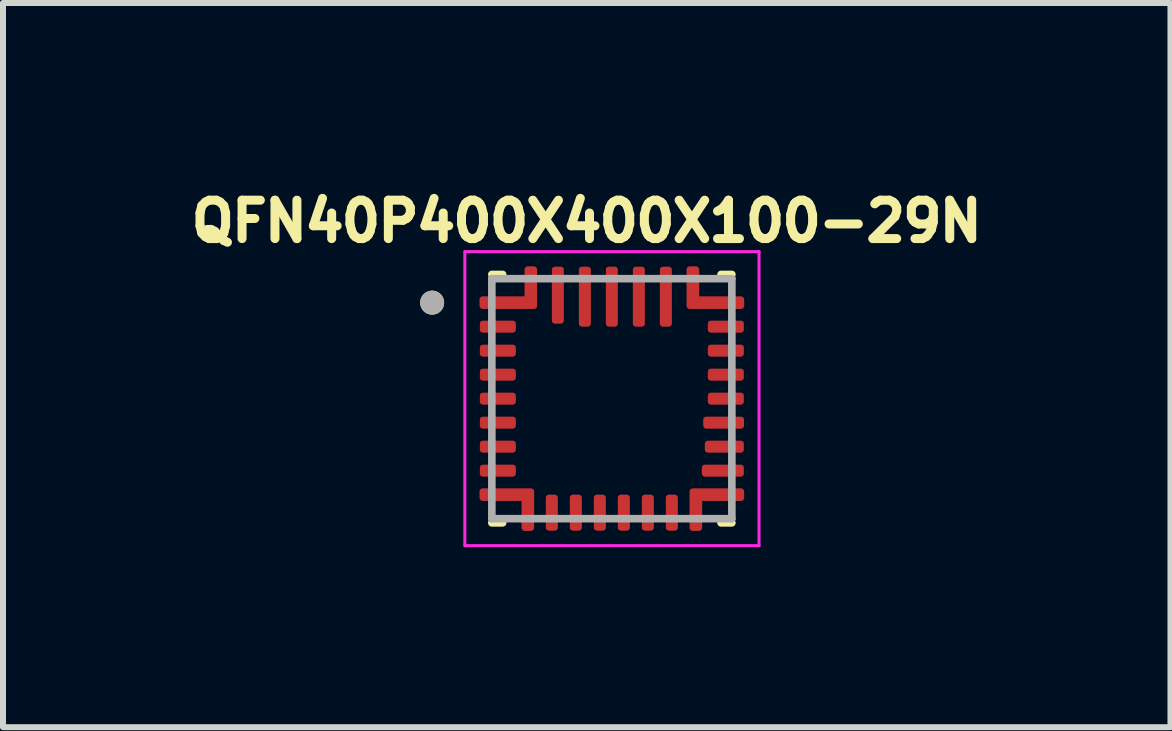
<source format=kicad_pcb>
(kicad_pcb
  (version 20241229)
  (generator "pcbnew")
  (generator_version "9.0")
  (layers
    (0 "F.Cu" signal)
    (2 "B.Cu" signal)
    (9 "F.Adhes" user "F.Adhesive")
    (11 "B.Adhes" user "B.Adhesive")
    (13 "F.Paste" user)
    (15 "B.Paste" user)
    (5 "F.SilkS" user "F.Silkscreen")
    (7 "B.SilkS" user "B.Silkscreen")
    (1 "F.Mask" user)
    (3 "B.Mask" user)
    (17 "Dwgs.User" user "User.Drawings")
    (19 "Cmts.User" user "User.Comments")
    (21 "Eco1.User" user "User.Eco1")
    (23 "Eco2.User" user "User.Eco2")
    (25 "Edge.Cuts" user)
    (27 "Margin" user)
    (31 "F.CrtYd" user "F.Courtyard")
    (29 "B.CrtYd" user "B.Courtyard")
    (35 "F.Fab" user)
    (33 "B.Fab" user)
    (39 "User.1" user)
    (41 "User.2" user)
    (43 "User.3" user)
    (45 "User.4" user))
  (footprint "QFN40P400X400X100-29N"
    (layer "F.Cu")
    (at 7.147 3.594)
    (property "Reference" "QFN40P400X400X100-29N" (at -0.418 -2.956 0) (layer "F.SilkS") (effects (font (size 0.64 0.64) (thickness 0.15))))
    (attr smd)
    (fp_poly (pts (xy -1.55 -1.3) (xy -1.55 -1.1) (xy -1.55 -1.097) (xy -1.55 -1.095) (xy -1.551 -1.092) (xy -1.551 -1.09) (xy -1.552 -1.087) (xy -1.552 -1.085) (xy -1.553 -1.082) (xy -1.554 -1.08) (xy -1.555 -1.077) (xy -1.557 -1.075) (xy -1.558 -1.073) (xy -1.56 -1.071) (xy -1.561 -1.069) (xy -1.563 -1.067) (xy -1.565 -1.065) (xy -1.567 -1.063) (xy -1.569 -1.061) (xy -1.571 -1.06) (xy -1.573 -1.058) (xy -1.575 -1.057) (xy -1.577 -1.055) (xy -1.58 -1.054) (xy -1.582 -1.053) (xy -1.585 -1.052) (xy -1.587 -1.052) (xy -1.59 -1.051) (xy -1.592 -1.051) (xy -1.595 -1.05) (xy -1.597 -1.05) (xy -1.6 -1.05) (xy -2.2 -1.05) (xy -2.203 -1.05) (xy -2.205 -1.05) (xy -2.208 -1.051) (xy -2.21 -1.051) (xy -2.213 -1.052) (xy -2.215 -1.052) (xy -2.218 -1.053) (xy -2.22 -1.054) (xy -2.223 -1.055) (xy -2.225 -1.057) (xy -2.227 -1.058) (xy -2.229 -1.06) (xy -2.231 -1.061) (xy -2.233 -1.063) (xy -2.235 -1.065) (xy -2.237 -1.067) (xy -2.239 -1.069) (xy -2.24 -1.071) (xy -2.242 -1.073) (xy -2.243 -1.075) (xy -2.245 -1.077) (xy -2.246 -1.08) (xy -2.247 -1.082) (xy -2.248 -1.085) (xy -2.248 -1.087) (xy -2.249 -1.09) (xy -2.249 -1.092) (xy -2.25 -1.095) (xy -2.25 -1.097) (xy -2.25 -1.1) (xy -2.25 -1.279) (xy -2.25 -1.283) (xy -2.25 -1.287) (xy -2.249 -1.29) (xy -2.248 -1.294) (xy -2.248 -1.298) (xy -2.247 -1.301) (xy -2.245 -1.305) (xy -2.244 -1.308) (xy -2.242 -1.311) (xy -2.241 -1.315) (xy -2.239 -1.318) (xy -2.236 -1.321) (xy -2.234 -1.324) (xy -2.232 -1.327) (xy -2.229 -1.329) (xy -2.227 -1.332) (xy -2.224 -1.334) (xy -2.221 -1.336) (xy -2.218 -1.339) (xy -2.215 -1.341) (xy -2.211 -1.342) (xy -2.208 -1.344) (xy -2.205 -1.345) (xy -2.201 -1.347) (xy -2.198 -1.348) (xy -2.194 -1.348) (xy -2.19 -1.349) (xy -2.187 -1.35) (xy -2.183 -1.35) (xy -2.179 -1.35) (xy -1.6 -1.35) (xy -1.597 -1.35) (xy -1.595 -1.35) (xy -1.592 -1.349) (xy -1.59 -1.349) (xy -1.587 -1.348) (xy -1.585 -1.348) (xy -1.582 -1.347) (xy -1.58 -1.346) (xy -1.577 -1.345) (xy -1.575 -1.343) (xy -1.573 -1.342) (xy -1.571 -1.34) (xy -1.569 -1.339) (xy -1.567 -1.337) (xy -1.565 -1.335) (xy -1.563 -1.333) (xy -1.561 -1.331) (xy -1.56 -1.329) (xy -1.558 -1.327) (xy -1.557 -1.325) (xy -1.555 -1.323) (xy -1.554 -1.32) (xy -1.553 -1.318) (xy -1.552 -1.315) (xy -1.552 -1.313) (xy -1.551 -1.31) (xy -1.551 -1.308) (xy -1.55 -1.305) (xy -1.55 -1.303) (xy -1.55 -1.3)) (stroke (width 0.01) (type solid)) (fill yes) (layer "F.Mask"))
    (fp_poly (pts (xy -1.55 -0.9) (xy -1.55 -0.7) (xy -1.55 -0.697) (xy -1.55 -0.695) (xy -1.551 -0.692) (xy -1.551 -0.69) (xy -1.552 -0.687) (xy -1.552 -0.685) (xy -1.553 -0.682) (xy -1.554 -0.68) (xy -1.555 -0.677) (xy -1.557 -0.675) (xy -1.558 -0.673) (xy -1.56 -0.671) (xy -1.561 -0.669) (xy -1.563 -0.667) (xy -1.565 -0.665) (xy -1.567 -0.663) (xy -1.569 -0.661) (xy -1.571 -0.66) (xy -1.573 -0.658) (xy -1.575 -0.657) (xy -1.577 -0.655) (xy -1.58 -0.654) (xy -1.582 -0.653) (xy -1.585 -0.652) (xy -1.587 -0.652) (xy -1.59 -0.651) (xy -1.592 -0.651) (xy -1.595 -0.65) (xy -1.597 -0.65) (xy -1.6 -0.65) (xy -2.2 -0.65) (xy -2.203 -0.65) (xy -2.205 -0.65) (xy -2.208 -0.651) (xy -2.21 -0.651) (xy -2.213 -0.652) (xy -2.215 -0.652) (xy -2.218 -0.653) (xy -2.22 -0.654) (xy -2.223 -0.655) (xy -2.225 -0.657) (xy -2.227 -0.658) (xy -2.229 -0.66) (xy -2.231 -0.661) (xy -2.233 -0.663) (xy -2.235 -0.665) (xy -2.237 -0.667) (xy -2.239 -0.669) (xy -2.24 -0.671) (xy -2.242 -0.673) (xy -2.243 -0.675) (xy -2.245 -0.677) (xy -2.246 -0.68) (xy -2.247 -0.682) (xy -2.248 -0.685) (xy -2.248 -0.687) (xy -2.249 -0.69) (xy -2.249 -0.692) (xy -2.25 -0.695) (xy -2.25 -0.697) (xy -2.25 -0.7) (xy -2.25 -0.879) (xy -2.25 -0.883) (xy -2.25 -0.887) (xy -2.249 -0.89) (xy -2.248 -0.894) (xy -2.248 -0.898) (xy -2.247 -0.901) (xy -2.245 -0.905) (xy -2.244 -0.908) (xy -2.242 -0.911) (xy -2.241 -0.915) (xy -2.239 -0.918) (xy -2.236 -0.921) (xy -2.234 -0.924) (xy -2.232 -0.927) (xy -2.229 -0.929) (xy -2.227 -0.932) (xy -2.224 -0.934) (xy -2.221 -0.936) (xy -2.218 -0.939) (xy -2.215 -0.941) (xy -2.211 -0.942) (xy -2.208 -0.944) (xy -2.205 -0.945) (xy -2.201 -0.947) (xy -2.198 -0.948) (xy -2.194 -0.948) (xy -2.19 -0.949) (xy -2.187 -0.95) (xy -2.183 -0.95) (xy -2.179 -0.95) (xy -1.6 -0.95) (xy -1.597 -0.95) (xy -1.595 -0.95) (xy -1.592 -0.949) (xy -1.59 -0.949) (xy -1.587 -0.948) (xy -1.585 -0.948) (xy -1.582 -0.947) (xy -1.58 -0.946) (xy -1.577 -0.945) (xy -1.575 -0.943) (xy -1.573 -0.942) (xy -1.571 -0.94) (xy -1.569 -0.939) (xy -1.567 -0.937) (xy -1.565 -0.935) (xy -1.563 -0.933) (xy -1.561 -0.931) (xy -1.56 -0.929) (xy -1.558 -0.927) (xy -1.557 -0.925) (xy -1.555 -0.923) (xy -1.554 -0.92) (xy -1.553 -0.918) (xy -1.552 -0.915) (xy -1.552 -0.913) (xy -1.551 -0.91) (xy -1.551 -0.908) (xy -1.55 -0.905) (xy -1.55 -0.903) (xy -1.55 -0.9)) (stroke (width 0.01) (type solid)) (fill yes) (layer "F.Mask"))
    (fp_poly (pts (xy -1.55 -0.5) (xy -1.55 -0.3) (xy -1.55 -0.297) (xy -1.55 -0.295) (xy -1.551 -0.292) (xy -1.551 -0.29) (xy -1.552 -0.287) (xy -1.552 -0.285) (xy -1.553 -0.282) (xy -1.554 -0.28) (xy -1.555 -0.277) (xy -1.557 -0.275) (xy -1.558 -0.273) (xy -1.56 -0.271) (xy -1.561 -0.269) (xy -1.563 -0.267) (xy -1.565 -0.265) (xy -1.567 -0.263) (xy -1.569 -0.261) (xy -1.571 -0.26) (xy -1.573 -0.258) (xy -1.575 -0.257) (xy -1.577 -0.255) (xy -1.58 -0.254) (xy -1.582 -0.253) (xy -1.585 -0.252) (xy -1.587 -0.252) (xy -1.59 -0.251) (xy -1.592 -0.251) (xy -1.595 -0.25) (xy -1.597 -0.25) (xy -1.6 -0.25) (xy -2.2 -0.25) (xy -2.203 -0.25) (xy -2.205 -0.25) (xy -2.208 -0.251) (xy -2.21 -0.251) (xy -2.213 -0.252) (xy -2.215 -0.252) (xy -2.218 -0.253) (xy -2.22 -0.254) (xy -2.223 -0.255) (xy -2.225 -0.257) (xy -2.227 -0.258) (xy -2.229 -0.26) (xy -2.231 -0.261) (xy -2.233 -0.263) (xy -2.235 -0.265) (xy -2.237 -0.267) (xy -2.239 -0.269) (xy -2.24 -0.271) (xy -2.242 -0.273) (xy -2.243 -0.275) (xy -2.245 -0.277) (xy -2.246 -0.28) (xy -2.247 -0.282) (xy -2.248 -0.285) (xy -2.248 -0.287) (xy -2.249 -0.29) (xy -2.249 -0.292) (xy -2.25 -0.295) (xy -2.25 -0.297) (xy -2.25 -0.3) (xy -2.25 -0.479) (xy -2.25 -0.483) (xy -2.25 -0.487) (xy -2.249 -0.49) (xy -2.248 -0.494) (xy -2.248 -0.498) (xy -2.247 -0.501) (xy -2.245 -0.505) (xy -2.244 -0.508) (xy -2.242 -0.511) (xy -2.241 -0.515) (xy -2.239 -0.518) (xy -2.236 -0.521) (xy -2.234 -0.524) (xy -2.232 -0.527) (xy -2.229 -0.529) (xy -2.227 -0.532) (xy -2.224 -0.534) (xy -2.221 -0.536) (xy -2.218 -0.539) (xy -2.215 -0.541) (xy -2.211 -0.542) (xy -2.208 -0.544) (xy -2.205 -0.545) (xy -2.201 -0.547) (xy -2.198 -0.548) (xy -2.194 -0.548) (xy -2.19 -0.549) (xy -2.187 -0.55) (xy -2.183 -0.55) (xy -2.179 -0.55) (xy -1.6 -0.55) (xy -1.597 -0.55) (xy -1.595 -0.55) (xy -1.592 -0.549) (xy -1.59 -0.549) (xy -1.587 -0.548) (xy -1.585 -0.548) (xy -1.582 -0.547) (xy -1.58 -0.546) (xy -1.577 -0.545) (xy -1.575 -0.543) (xy -1.573 -0.542) (xy -1.571 -0.54) (xy -1.569 -0.539) (xy -1.567 -0.537) (xy -1.565 -0.535) (xy -1.563 -0.533) (xy -1.561 -0.531) (xy -1.56 -0.529) (xy -1.558 -0.527) (xy -1.557 -0.525) (xy -1.555 -0.523) (xy -1.554 -0.52) (xy -1.553 -0.518) (xy -1.552 -0.515) (xy -1.552 -0.513) (xy -1.551 -0.51) (xy -1.551 -0.508) (xy -1.55 -0.505) (xy -1.55 -0.503) (xy -1.55 -0.5)) (stroke (width 0.01) (type solid)) (fill yes) (layer "F.Mask"))
    (fp_poly (pts (xy -1.55 -0.1) (xy -1.55 0.1) (xy -1.55 0.103) (xy -1.55 0.105) (xy -1.551 0.108) (xy -1.551 0.11) (xy -1.552 0.113) (xy -1.552 0.115) (xy -1.553 0.118) (xy -1.554 0.12) (xy -1.555 0.123) (xy -1.557 0.125) (xy -1.558 0.127) (xy -1.56 0.129) (xy -1.561 0.131) (xy -1.563 0.133) (xy -1.565 0.135) (xy -1.567 0.137) (xy -1.569 0.139) (xy -1.571 0.14) (xy -1.573 0.142) (xy -1.575 0.143) (xy -1.577 0.145) (xy -1.58 0.146) (xy -1.582 0.147) (xy -1.585 0.148) (xy -1.587 0.148) (xy -1.59 0.149) (xy -1.592 0.149) (xy -1.595 0.15) (xy -1.597 0.15) (xy -1.6 0.15) (xy -2.2 0.15) (xy -2.203 0.15) (xy -2.205 0.15) (xy -2.208 0.149) (xy -2.21 0.149) (xy -2.213 0.148) (xy -2.215 0.148) (xy -2.218 0.147) (xy -2.22 0.146) (xy -2.223 0.145) (xy -2.225 0.143) (xy -2.227 0.142) (xy -2.229 0.14) (xy -2.231 0.139) (xy -2.233 0.137) (xy -2.235 0.135) (xy -2.237 0.133) (xy -2.239 0.131) (xy -2.24 0.129) (xy -2.242 0.127) (xy -2.243 0.125) (xy -2.245 0.123) (xy -2.246 0.12) (xy -2.247 0.118) (xy -2.248 0.115) (xy -2.248 0.113) (xy -2.249 0.11) (xy -2.249 0.108) (xy -2.25 0.105) (xy -2.25 0.103) (xy -2.25 0.1) (xy -2.25 -0.079) (xy -2.25 -0.083) (xy -2.25 -0.087) (xy -2.249 -0.09) (xy -2.248 -0.094) (xy -2.248 -0.098) (xy -2.247 -0.101) (xy -2.245 -0.105) (xy -2.244 -0.108) (xy -2.242 -0.111) (xy -2.241 -0.115) (xy -2.239 -0.118) (xy -2.236 -0.121) (xy -2.234 -0.124) (xy -2.232 -0.127) (xy -2.229 -0.129) (xy -2.227 -0.132) (xy -2.224 -0.134) (xy -2.221 -0.136) (xy -2.218 -0.139) (xy -2.215 -0.141) (xy -2.211 -0.142) (xy -2.208 -0.144) (xy -2.205 -0.145) (xy -2.201 -0.147) (xy -2.198 -0.148) (xy -2.194 -0.148) (xy -2.19 -0.149) (xy -2.187 -0.15) (xy -2.183 -0.15) (xy -2.179 -0.15) (xy -1.6 -0.15) (xy -1.597 -0.15) (xy -1.595 -0.15) (xy -1.592 -0.149) (xy -1.59 -0.149) (xy -1.587 -0.148) (xy -1.585 -0.148) (xy -1.582 -0.147) (xy -1.58 -0.146) (xy -1.577 -0.145) (xy -1.575 -0.143) (xy -1.573 -0.142) (xy -1.571 -0.14) (xy -1.569 -0.139) (xy -1.567 -0.137) (xy -1.565 -0.135) (xy -1.563 -0.133) (xy -1.561 -0.131) (xy -1.56 -0.129) (xy -1.558 -0.127) (xy -1.557 -0.125) (xy -1.555 -0.123) (xy -1.554 -0.12) (xy -1.553 -0.118) (xy -1.552 -0.115) (xy -1.552 -0.113) (xy -1.551 -0.11) (xy -1.551 -0.108) (xy -1.55 -0.105) (xy -1.55 -0.103) (xy -1.55 -0.1)) (stroke (width 0.01) (type solid)) (fill yes) (layer "F.Mask"))
    (fp_poly (pts (xy -1.55 0.3) (xy -1.55 0.5) (xy -1.55 0.503) (xy -1.55 0.505) (xy -1.551 0.508) (xy -1.551 0.51) (xy -1.552 0.513) (xy -1.552 0.515) (xy -1.553 0.518) (xy -1.554 0.52) (xy -1.555 0.523) (xy -1.557 0.525) (xy -1.558 0.527) (xy -1.56 0.529) (xy -1.561 0.531) (xy -1.563 0.533) (xy -1.565 0.535) (xy -1.567 0.537) (xy -1.569 0.539) (xy -1.571 0.54) (xy -1.573 0.542) (xy -1.575 0.543) (xy -1.577 0.545) (xy -1.58 0.546) (xy -1.582 0.547) (xy -1.585 0.548) (xy -1.587 0.548) (xy -1.59 0.549) (xy -1.592 0.549) (xy -1.595 0.55) (xy -1.597 0.55) (xy -1.6 0.55) (xy -2.2 0.55) (xy -2.203 0.55) (xy -2.205 0.55) (xy -2.208 0.549) (xy -2.21 0.549) (xy -2.213 0.548) (xy -2.215 0.548) (xy -2.218 0.547) (xy -2.22 0.546) (xy -2.223 0.545) (xy -2.225 0.543) (xy -2.227 0.542) (xy -2.229 0.54) (xy -2.231 0.539) (xy -2.233 0.537) (xy -2.235 0.535) (xy -2.237 0.533) (xy -2.239 0.531) (xy -2.24 0.529) (xy -2.242 0.527) (xy -2.243 0.525) (xy -2.245 0.523) (xy -2.246 0.52) (xy -2.247 0.518) (xy -2.248 0.515) (xy -2.248 0.513) (xy -2.249 0.51) (xy -2.249 0.508) (xy -2.25 0.505) (xy -2.25 0.503) (xy -2.25 0.5) (xy -2.25 0.321) (xy -2.25 0.317) (xy -2.25 0.313) (xy -2.249 0.31) (xy -2.248 0.306) (xy -2.248 0.302) (xy -2.247 0.299) (xy -2.245 0.295) (xy -2.244 0.292) (xy -2.242 0.289) (xy -2.241 0.285) (xy -2.239 0.282) (xy -2.236 0.279) (xy -2.234 0.276) (xy -2.232 0.273) (xy -2.229 0.271) (xy -2.227 0.268) (xy -2.224 0.266) (xy -2.221 0.264) (xy -2.218 0.261) (xy -2.215 0.259) (xy -2.211 0.258) (xy -2.208 0.256) (xy -2.205 0.255) (xy -2.201 0.253) (xy -2.198 0.252) (xy -2.194 0.252) (xy -2.19 0.251) (xy -2.187 0.25) (xy -2.183 0.25) (xy -2.179 0.25) (xy -1.6 0.25) (xy -1.597 0.25) (xy -1.595 0.25) (xy -1.592 0.251) (xy -1.59 0.251) (xy -1.587 0.252) (xy -1.585 0.252) (xy -1.582 0.253) (xy -1.58 0.254) (xy -1.577 0.255) (xy -1.575 0.257) (xy -1.573 0.258) (xy -1.571 0.26) (xy -1.569 0.261) (xy -1.567 0.263) (xy -1.565 0.265) (xy -1.563 0.267) (xy -1.561 0.269) (xy -1.56 0.271) (xy -1.558 0.273) (xy -1.557 0.275) (xy -1.555 0.277) (xy -1.554 0.28) (xy -1.553 0.282) (xy -1.552 0.285) (xy -1.552 0.287) (xy -1.551 0.29) (xy -1.551 0.292) (xy -1.55 0.295) (xy -1.55 0.297) (xy -1.55 0.3)) (stroke (width 0.01) (type solid)) (fill yes) (layer "F.Mask"))
    (fp_poly (pts (xy -1.55 0.7) (xy -1.55 0.9) (xy -1.55 0.903) (xy -1.55 0.905) (xy -1.551 0.908) (xy -1.551 0.91) (xy -1.552 0.913) (xy -1.552 0.915) (xy -1.553 0.918) (xy -1.554 0.92) (xy -1.555 0.923) (xy -1.557 0.925) (xy -1.558 0.927) (xy -1.56 0.929) (xy -1.561 0.931) (xy -1.563 0.933) (xy -1.565 0.935) (xy -1.567 0.937) (xy -1.569 0.939) (xy -1.571 0.94) (xy -1.573 0.942) (xy -1.575 0.943) (xy -1.577 0.945) (xy -1.58 0.946) (xy -1.582 0.947) (xy -1.585 0.948) (xy -1.587 0.948) (xy -1.59 0.949) (xy -1.592 0.949) (xy -1.595 0.95) (xy -1.597 0.95) (xy -1.6 0.95) (xy -2.2 0.95) (xy -2.203 0.95) (xy -2.205 0.95) (xy -2.208 0.949) (xy -2.21 0.949) (xy -2.213 0.948) (xy -2.215 0.948) (xy -2.218 0.947) (xy -2.22 0.946) (xy -2.223 0.945) (xy -2.225 0.943) (xy -2.227 0.942) (xy -2.229 0.94) (xy -2.231 0.939) (xy -2.233 0.937) (xy -2.235 0.935) (xy -2.237 0.933) (xy -2.239 0.931) (xy -2.24 0.929) (xy -2.242 0.927) (xy -2.243 0.925) (xy -2.245 0.923) (xy -2.246 0.92) (xy -2.247 0.918) (xy -2.248 0.915) (xy -2.248 0.913) (xy -2.249 0.91) (xy -2.249 0.908) (xy -2.25 0.905) (xy -2.25 0.903) (xy -2.25 0.9) (xy -2.25 0.721) (xy -2.25 0.717) (xy -2.25 0.713) (xy -2.249 0.71) (xy -2.248 0.706) (xy -2.248 0.702) (xy -2.247 0.699) (xy -2.245 0.695) (xy -2.244 0.692) (xy -2.242 0.689) (xy -2.241 0.685) (xy -2.239 0.682) (xy -2.236 0.679) (xy -2.234 0.676) (xy -2.232 0.673) (xy -2.229 0.671) (xy -2.227 0.668) (xy -2.224 0.666) (xy -2.221 0.664) (xy -2.218 0.661) (xy -2.215 0.659) (xy -2.211 0.658) (xy -2.208 0.656) (xy -2.205 0.655) (xy -2.201 0.653) (xy -2.198 0.652) (xy -2.194 0.652) (xy -2.19 0.651) (xy -2.187 0.65) (xy -2.183 0.65) (xy -2.179 0.65) (xy -1.6 0.65) (xy -1.597 0.65) (xy -1.595 0.65) (xy -1.592 0.651) (xy -1.59 0.651) (xy -1.587 0.652) (xy -1.585 0.652) (xy -1.582 0.653) (xy -1.58 0.654) (xy -1.577 0.655) (xy -1.575 0.657) (xy -1.573 0.658) (xy -1.571 0.66) (xy -1.569 0.661) (xy -1.567 0.663) (xy -1.565 0.665) (xy -1.563 0.667) (xy -1.561 0.669) (xy -1.56 0.671) (xy -1.558 0.673) (xy -1.557 0.675) (xy -1.555 0.677) (xy -1.554 0.68) (xy -1.553 0.682) (xy -1.552 0.685) (xy -1.552 0.687) (xy -1.551 0.69) (xy -1.551 0.692) (xy -1.55 0.695) (xy -1.55 0.697) (xy -1.55 0.7)) (stroke (width 0.01) (type solid)) (fill yes) (layer "F.Mask"))
    (fp_poly (pts (xy -1.55 1.1) (xy -1.55 1.3) (xy -1.55 1.303) (xy -1.55 1.305) (xy -1.551 1.308) (xy -1.551 1.31) (xy -1.552 1.313) (xy -1.552 1.315) (xy -1.553 1.318) (xy -1.554 1.32) (xy -1.555 1.323) (xy -1.557 1.325) (xy -1.558 1.327) (xy -1.56 1.329) (xy -1.561 1.331) (xy -1.563 1.333) (xy -1.565 1.335) (xy -1.567 1.337) (xy -1.569 1.339) (xy -1.571 1.34) (xy -1.573 1.342) (xy -1.575 1.343) (xy -1.577 1.345) (xy -1.58 1.346) (xy -1.582 1.347) (xy -1.585 1.348) (xy -1.587 1.348) (xy -1.59 1.349) (xy -1.592 1.349) (xy -1.595 1.35) (xy -1.597 1.35) (xy -1.6 1.35) (xy -2.2 1.35) (xy -2.203 1.35) (xy -2.205 1.35) (xy -2.208 1.349) (xy -2.21 1.349) (xy -2.213 1.348) (xy -2.215 1.348) (xy -2.218 1.347) (xy -2.22 1.346) (xy -2.223 1.345) (xy -2.225 1.343) (xy -2.227 1.342) (xy -2.229 1.34) (xy -2.231 1.339) (xy -2.233 1.337) (xy -2.235 1.335) (xy -2.237 1.333) (xy -2.239 1.331) (xy -2.24 1.329) (xy -2.242 1.327) (xy -2.243 1.325) (xy -2.245 1.323) (xy -2.246 1.32) (xy -2.247 1.318) (xy -2.248 1.315) (xy -2.248 1.313) (xy -2.249 1.31) (xy -2.249 1.308) (xy -2.25 1.305) (xy -2.25 1.303) (xy -2.25 1.3) (xy -2.25 1.121) (xy -2.25 1.117) (xy -2.25 1.113) (xy -2.249 1.11) (xy -2.248 1.106) (xy -2.248 1.102) (xy -2.247 1.099) (xy -2.245 1.095) (xy -2.244 1.092) (xy -2.242 1.089) (xy -2.241 1.085) (xy -2.239 1.082) (xy -2.236 1.079) (xy -2.234 1.076) (xy -2.232 1.073) (xy -2.229 1.071) (xy -2.227 1.068) (xy -2.224 1.066) (xy -2.221 1.064) (xy -2.218 1.061) (xy -2.215 1.059) (xy -2.211 1.058) (xy -2.208 1.056) (xy -2.205 1.055) (xy -2.201 1.053) (xy -2.198 1.052) (xy -2.194 1.052) (xy -2.19 1.051) (xy -2.187 1.05) (xy -2.183 1.05) (xy -2.179 1.05) (xy -1.6 1.05) (xy -1.597 1.05) (xy -1.595 1.05) (xy -1.592 1.051) (xy -1.59 1.051) (xy -1.587 1.052) (xy -1.585 1.052) (xy -1.582 1.053) (xy -1.58 1.054) (xy -1.577 1.055) (xy -1.575 1.057) (xy -1.573 1.058) (xy -1.571 1.06) (xy -1.569 1.061) (xy -1.567 1.063) (xy -1.565 1.065) (xy -1.563 1.067) (xy -1.561 1.069) (xy -1.56 1.071) (xy -1.558 1.073) (xy -1.557 1.075) (xy -1.555 1.077) (xy -1.554 1.08) (xy -1.553 1.082) (xy -1.552 1.085) (xy -1.552 1.087) (xy -1.551 1.09) (xy -1.551 1.092) (xy -1.55 1.095) (xy -1.55 1.097) (xy -1.55 1.1)) (stroke (width 0.01) (type solid)) (fill yes) (layer "F.Mask"))
    (fp_poly (pts (xy -1.1 1.55) (xy -0.9 1.55) (xy -0.897 1.55) (xy -0.895 1.55) (xy -0.892 1.551) (xy -0.89 1.551) (xy -0.887 1.552) (xy -0.885 1.552) (xy -0.882 1.553) (xy -0.88 1.554) (xy -0.877 1.555) (xy -0.875 1.557) (xy -0.873 1.558) (xy -0.871 1.56) (xy -0.869 1.561) (xy -0.867 1.563) (xy -0.865 1.565) (xy -0.863 1.567) (xy -0.861 1.569) (xy -0.86 1.571) (xy -0.858 1.573) (xy -0.857 1.575) (xy -0.855 1.577) (xy -0.854 1.58) (xy -0.853 1.582) (xy -0.852 1.585) (xy -0.852 1.587) (xy -0.851 1.59) (xy -0.851 1.592) (xy -0.85 1.595) (xy -0.85 1.597) (xy -0.85 1.6) (xy -0.85 2.2) (xy -0.85 2.203) (xy -0.85 2.205) (xy -0.851 2.208) (xy -0.851 2.21) (xy -0.852 2.213) (xy -0.852 2.215) (xy -0.853 2.218) (xy -0.854 2.22) (xy -0.855 2.223) (xy -0.857 2.225) (xy -0.858 2.227) (xy -0.86 2.229) (xy -0.861 2.231) (xy -0.863 2.233) (xy -0.865 2.235) (xy -0.867 2.237) (xy -0.869 2.239) (xy -0.871 2.24) (xy -0.873 2.242) (xy -0.875 2.243) (xy -0.877 2.245) (xy -0.88 2.246) (xy -0.882 2.247) (xy -0.885 2.248) (xy -0.887 2.248) (xy -0.89 2.249) (xy -0.892 2.249) (xy -0.895 2.25) (xy -0.897 2.25) (xy -0.9 2.25) (xy -1.079 2.25) (xy -1.083 2.25) (xy -1.087 2.25) (xy -1.09 2.249) (xy -1.094 2.248) (xy -1.098 2.248) (xy -1.101 2.247) (xy -1.105 2.245) (xy -1.108 2.244) (xy -1.111 2.242) (xy -1.115 2.241) (xy -1.118 2.239) (xy -1.121 2.236) (xy -1.124 2.234) (xy -1.127 2.232) (xy -1.129 2.229) (xy -1.132 2.227) (xy -1.134 2.224) (xy -1.136 2.221) (xy -1.139 2.218) (xy -1.141 2.215) (xy -1.142 2.211) (xy -1.144 2.208) (xy -1.145 2.205) (xy -1.147 2.201) (xy -1.148 2.198) (xy -1.148 2.194) (xy -1.149 2.19) (xy -1.15 2.187) (xy -1.15 2.183) (xy -1.15 2.179) (xy -1.15 1.6) (xy -1.15 1.597) (xy -1.15 1.595) (xy -1.149 1.592) (xy -1.149 1.59) (xy -1.148 1.587) (xy -1.148 1.585) (xy -1.147 1.582) (xy -1.146 1.58) (xy -1.145 1.577) (xy -1.143 1.575) (xy -1.142 1.573) (xy -1.14 1.571) (xy -1.139 1.569) (xy -1.137 1.567) (xy -1.135 1.565) (xy -1.133 1.563) (xy -1.131 1.561) (xy -1.129 1.56) (xy -1.127 1.558) (xy -1.125 1.557) (xy -1.123 1.555) (xy -1.12 1.554) (xy -1.118 1.553) (xy -1.115 1.552) (xy -1.113 1.552) (xy -1.11 1.551) (xy -1.108 1.551) (xy -1.105 1.55) (xy -1.103 1.55) (xy -1.1 1.55)) (stroke (width 0.01) (type solid)) (fill yes) (layer "F.Mask"))
    (fp_poly (pts (xy -0.75 -2.2) (xy -0.75 -1.25) (xy -0.75 -1.247) (xy -0.75 -1.245) (xy -0.751 -1.242) (xy -0.751 -1.24) (xy -0.752 -1.237) (xy -0.752 -1.235) (xy -0.753 -1.232) (xy -0.754 -1.23) (xy -0.755 -1.227) (xy -0.757 -1.225) (xy -0.758 -1.223) (xy -0.76 -1.221) (xy -0.761 -1.219) (xy -0.763 -1.217) (xy -0.765 -1.215) (xy -0.767 -1.213) (xy -0.769 -1.211) (xy -0.771 -1.21) (xy -0.773 -1.208) (xy -0.775 -1.207) (xy -0.777 -1.205) (xy -0.78 -1.204) (xy -0.782 -1.203) (xy -0.785 -1.202) (xy -0.787 -1.202) (xy -0.79 -1.201) (xy -0.792 -1.201) (xy -0.795 -1.2) (xy -0.797 -1.2) (xy -0.8 -1.2) (xy -1 -1.2) (xy -1.003 -1.2) (xy -1.005 -1.2) (xy -1.008 -1.201) (xy -1.01 -1.201) (xy -1.013 -1.202) (xy -1.015 -1.202) (xy -1.018 -1.203) (xy -1.02 -1.204) (xy -1.023 -1.205) (xy -1.025 -1.207) (xy -1.027 -1.208) (xy -1.029 -1.21) (xy -1.031 -1.211) (xy -1.033 -1.213) (xy -1.035 -1.215) (xy -1.037 -1.217) (xy -1.039 -1.219) (xy -1.04 -1.221) (xy -1.042 -1.223) (xy -1.043 -1.225) (xy -1.045 -1.227) (xy -1.046 -1.23) (xy -1.047 -1.232) (xy -1.048 -1.235) (xy -1.048 -1.237) (xy -1.049 -1.24) (xy -1.049 -1.242) (xy -1.05 -1.245) (xy -1.05 -1.247) (xy -1.05 -1.25) (xy -1.05 -2.2) (xy -1.05 -2.203) (xy -1.05 -2.205) (xy -1.049 -2.208) (xy -1.049 -2.21) (xy -1.048 -2.213) (xy -1.048 -2.215) (xy -1.047 -2.218) (xy -1.046 -2.22) (xy -1.045 -2.223) (xy -1.043 -2.225) (xy -1.042 -2.227) (xy -1.04 -2.229) (xy -1.039 -2.231) (xy -1.037 -2.233) (xy -1.035 -2.235) (xy -1.033 -2.237) (xy -1.031 -2.239) (xy -1.029 -2.24) (xy -1.027 -2.242) (xy -1.025 -2.243) (xy -1.023 -2.245) (xy -1.02 -2.246) (xy -1.018 -2.247) (xy -1.015 -2.248) (xy -1.013 -2.248) (xy -1.01 -2.249) (xy -1.008 -2.249) (xy -1.005 -2.25) (xy -1.003 -2.25) (xy -1 -2.25) (xy -0.8 -2.25) (xy -0.797 -2.25) (xy -0.795 -2.25) (xy -0.792 -2.249) (xy -0.79 -2.249) (xy -0.787 -2.248) (xy -0.785 -2.248) (xy -0.782 -2.247) (xy -0.78 -2.246) (xy -0.777 -2.245) (xy -0.775 -2.243) (xy -0.773 -2.242) (xy -0.771 -2.24) (xy -0.769 -2.239) (xy -0.767 -2.237) (xy -0.765 -2.235) (xy -0.763 -2.233) (xy -0.761 -2.231) (xy -0.76 -2.229) (xy -0.758 -2.227) (xy -0.757 -2.225) (xy -0.755 -2.223) (xy -0.754 -2.22) (xy -0.753 -2.218) (xy -0.752 -2.215) (xy -0.752 -2.213) (xy -0.751 -2.21) (xy -0.751 -2.208) (xy -0.75 -2.205) (xy -0.75 -2.203) (xy -0.75 -2.2)) (stroke (width 0.01) (type solid)) (fill yes) (layer "F.Mask"))
    (fp_poly (pts (xy -0.7 1.55) (xy -0.5 1.55) (xy -0.497 1.55) (xy -0.495 1.55) (xy -0.492 1.551) (xy -0.49 1.551) (xy -0.487 1.552) (xy -0.485 1.552) (xy -0.482 1.553) (xy -0.48 1.554) (xy -0.477 1.555) (xy -0.475 1.557) (xy -0.473 1.558) (xy -0.471 1.56) (xy -0.469 1.561) (xy -0.467 1.563) (xy -0.465 1.565) (xy -0.463 1.567) (xy -0.461 1.569) (xy -0.46 1.571) (xy -0.458 1.573) (xy -0.457 1.575) (xy -0.455 1.577) (xy -0.454 1.58) (xy -0.453 1.582) (xy -0.452 1.585) (xy -0.452 1.587) (xy -0.451 1.59) (xy -0.451 1.592) (xy -0.45 1.595) (xy -0.45 1.597) (xy -0.45 1.6) (xy -0.45 2.2) (xy -0.45 2.203) (xy -0.45 2.205) (xy -0.451 2.208) (xy -0.451 2.21) (xy -0.452 2.213) (xy -0.452 2.215) (xy -0.453 2.218) (xy -0.454 2.22) (xy -0.455 2.223) (xy -0.457 2.225) (xy -0.458 2.227) (xy -0.46 2.229) (xy -0.461 2.231) (xy -0.463 2.233) (xy -0.465 2.235) (xy -0.467 2.237) (xy -0.469 2.239) (xy -0.471 2.24) (xy -0.473 2.242) (xy -0.475 2.243) (xy -0.477 2.245) (xy -0.48 2.246) (xy -0.482 2.247) (xy -0.485 2.248) (xy -0.487 2.248) (xy -0.49 2.249) (xy -0.492 2.249) (xy -0.495 2.25) (xy -0.497 2.25) (xy -0.5 2.25) (xy -0.679 2.25) (xy -0.683 2.25) (xy -0.687 2.25) (xy -0.69 2.249) (xy -0.694 2.248) (xy -0.698 2.248) (xy -0.701 2.247) (xy -0.705 2.245) (xy -0.708 2.244) (xy -0.711 2.242) (xy -0.715 2.241) (xy -0.718 2.239) (xy -0.721 2.236) (xy -0.724 2.234) (xy -0.727 2.232) (xy -0.729 2.229) (xy -0.732 2.227) (xy -0.734 2.224) (xy -0.736 2.221) (xy -0.739 2.218) (xy -0.741 2.215) (xy -0.742 2.211) (xy -0.744 2.208) (xy -0.745 2.205) (xy -0.747 2.201) (xy -0.748 2.198) (xy -0.748 2.194) (xy -0.749 2.19) (xy -0.75 2.187) (xy -0.75 2.183) (xy -0.75 2.179) (xy -0.75 1.6) (xy -0.75 1.597) (xy -0.75 1.595) (xy -0.749 1.592) (xy -0.749 1.59) (xy -0.748 1.587) (xy -0.748 1.585) (xy -0.747 1.582) (xy -0.746 1.58) (xy -0.745 1.577) (xy -0.743 1.575) (xy -0.742 1.573) (xy -0.74 1.571) (xy -0.739 1.569) (xy -0.737 1.567) (xy -0.735 1.565) (xy -0.733 1.563) (xy -0.731 1.561) (xy -0.729 1.56) (xy -0.727 1.558) (xy -0.725 1.557) (xy -0.723 1.555) (xy -0.72 1.554) (xy -0.718 1.553) (xy -0.715 1.552) (xy -0.713 1.552) (xy -0.71 1.551) (xy -0.708 1.551) (xy -0.705 1.55) (xy -0.703 1.55) (xy -0.7 1.55)) (stroke (width 0.01) (type solid)) (fill yes) (layer "F.Mask"))
    (fp_poly (pts (xy -0.3 -2.2) (xy -0.3 -1.2) (xy -0.3 -1.197) (xy -0.3 -1.195) (xy -0.301 -1.192) (xy -0.301 -1.19) (xy -0.302 -1.187) (xy -0.302 -1.185) (xy -0.303 -1.182) (xy -0.304 -1.18) (xy -0.305 -1.177) (xy -0.307 -1.175) (xy -0.308 -1.173) (xy -0.31 -1.171) (xy -0.311 -1.169) (xy -0.313 -1.167) (xy -0.315 -1.165) (xy -0.317 -1.163) (xy -0.319 -1.161) (xy -0.321 -1.16) (xy -0.323 -1.158) (xy -0.325 -1.157) (xy -0.327 -1.155) (xy -0.33 -1.154) (xy -0.332 -1.153) (xy -0.335 -1.152) (xy -0.337 -1.152) (xy -0.34 -1.151) (xy -0.342 -1.151) (xy -0.345 -1.15) (xy -0.347 -1.15) (xy -0.35 -1.15) (xy -0.55 -1.15) (xy -0.553 -1.15) (xy -0.555 -1.15) (xy -0.558 -1.151) (xy -0.56 -1.151) (xy -0.563 -1.152) (xy -0.565 -1.152) (xy -0.568 -1.153) (xy -0.57 -1.154) (xy -0.573 -1.155) (xy -0.575 -1.157) (xy -0.577 -1.158) (xy -0.579 -1.16) (xy -0.581 -1.161) (xy -0.583 -1.163) (xy -0.585 -1.165) (xy -0.587 -1.167) (xy -0.589 -1.169) (xy -0.59 -1.171) (xy -0.592 -1.173) (xy -0.593 -1.175) (xy -0.595 -1.177) (xy -0.596 -1.18) (xy -0.597 -1.182) (xy -0.598 -1.185) (xy -0.598 -1.187) (xy -0.599 -1.19) (xy -0.599 -1.192) (xy -0.6 -1.195) (xy -0.6 -1.197) (xy -0.6 -1.2) (xy -0.6 -2.2) (xy -0.6 -2.203) (xy -0.6 -2.205) (xy -0.599 -2.208) (xy -0.599 -2.21) (xy -0.598 -2.213) (xy -0.598 -2.215) (xy -0.597 -2.218) (xy -0.596 -2.22) (xy -0.595 -2.223) (xy -0.593 -2.225) (xy -0.592 -2.227) (xy -0.59 -2.229) (xy -0.589 -2.231) (xy -0.587 -2.233) (xy -0.585 -2.235) (xy -0.583 -2.237) (xy -0.581 -2.239) (xy -0.579 -2.24) (xy -0.577 -2.242) (xy -0.575 -2.243) (xy -0.573 -2.245) (xy -0.57 -2.246) (xy -0.568 -2.247) (xy -0.565 -2.248) (xy -0.563 -2.248) (xy -0.56 -2.249) (xy -0.558 -2.249) (xy -0.555 -2.25) (xy -0.553 -2.25) (xy -0.55 -2.25) (xy -0.35 -2.25) (xy -0.347 -2.25) (xy -0.345 -2.25) (xy -0.342 -2.249) (xy -0.34 -2.249) (xy -0.337 -2.248) (xy -0.335 -2.248) (xy -0.332 -2.247) (xy -0.33 -2.246) (xy -0.327 -2.245) (xy -0.325 -2.243) (xy -0.323 -2.242) (xy -0.321 -2.24) (xy -0.319 -2.239) (xy -0.317 -2.237) (xy -0.315 -2.235) (xy -0.313 -2.233) (xy -0.311 -2.231) (xy -0.31 -2.229) (xy -0.308 -2.227) (xy -0.307 -2.225) (xy -0.305 -2.223) (xy -0.304 -2.22) (xy -0.303 -2.218) (xy -0.302 -2.215) (xy -0.302 -2.213) (xy -0.301 -2.21) (xy -0.301 -2.208) (xy -0.3 -2.205) (xy -0.3 -2.203) (xy -0.3 -2.2)) (stroke (width 0.01) (type solid)) (fill yes) (layer "F.Mask"))
    (fp_poly (pts (xy -0.3 1.55) (xy -0.1 1.55) (xy -0.097 1.55) (xy -0.095 1.55) (xy -0.092 1.551) (xy -0.09 1.551) (xy -0.087 1.552) (xy -0.085 1.552) (xy -0.082 1.553) (xy -0.08 1.554) (xy -0.077 1.555) (xy -0.075 1.557) (xy -0.073 1.558) (xy -0.071 1.56) (xy -0.069 1.561) (xy -0.067 1.563) (xy -0.065 1.565) (xy -0.063 1.567) (xy -0.061 1.569) (xy -0.06 1.571) (xy -0.058 1.573) (xy -0.057 1.575) (xy -0.055 1.577) (xy -0.054 1.58) (xy -0.053 1.582) (xy -0.052 1.585) (xy -0.052 1.587) (xy -0.051 1.59) (xy -0.051 1.592) (xy -0.05 1.595) (xy -0.05 1.597) (xy -0.05 1.6) (xy -0.05 2.2) (xy -0.05 2.203) (xy -0.05 2.205) (xy -0.051 2.208) (xy -0.051 2.21) (xy -0.052 2.213) (xy -0.052 2.215) (xy -0.053 2.218) (xy -0.054 2.22) (xy -0.055 2.223) (xy -0.057 2.225) (xy -0.058 2.227) (xy -0.06 2.229) (xy -0.061 2.231) (xy -0.063 2.233) (xy -0.065 2.235) (xy -0.067 2.237) (xy -0.069 2.239) (xy -0.071 2.24) (xy -0.073 2.242) (xy -0.075 2.243) (xy -0.077 2.245) (xy -0.08 2.246) (xy -0.082 2.247) (xy -0.085 2.248) (xy -0.087 2.248) (xy -0.09 2.249) (xy -0.092 2.249) (xy -0.095 2.25) (xy -0.097 2.25) (xy -0.1 2.25) (xy -0.279 2.25) (xy -0.283 2.25) (xy -0.287 2.25) (xy -0.29 2.249) (xy -0.294 2.248) (xy -0.298 2.248) (xy -0.301 2.247) (xy -0.305 2.245) (xy -0.308 2.244) (xy -0.311 2.242) (xy -0.315 2.241) (xy -0.318 2.239) (xy -0.321 2.236) (xy -0.324 2.234) (xy -0.327 2.232) (xy -0.329 2.229) (xy -0.332 2.227) (xy -0.334 2.224) (xy -0.336 2.221) (xy -0.339 2.218) (xy -0.341 2.215) (xy -0.342 2.211) (xy -0.344 2.208) (xy -0.345 2.205) (xy -0.347 2.201) (xy -0.348 2.198) (xy -0.348 2.194) (xy -0.349 2.19) (xy -0.35 2.187) (xy -0.35 2.183) (xy -0.35 2.179) (xy -0.35 1.6) (xy -0.35 1.597) (xy -0.35 1.595) (xy -0.349 1.592) (xy -0.349 1.59) (xy -0.348 1.587) (xy -0.348 1.585) (xy -0.347 1.582) (xy -0.346 1.58) (xy -0.345 1.577) (xy -0.343 1.575) (xy -0.342 1.573) (xy -0.34 1.571) (xy -0.339 1.569) (xy -0.337 1.567) (xy -0.335 1.565) (xy -0.333 1.563) (xy -0.331 1.561) (xy -0.329 1.56) (xy -0.327 1.558) (xy -0.325 1.557) (xy -0.323 1.555) (xy -0.32 1.554) (xy -0.318 1.553) (xy -0.315 1.552) (xy -0.313 1.552) (xy -0.31 1.551) (xy -0.308 1.551) (xy -0.305 1.55) (xy -0.303 1.55) (xy -0.3 1.55)) (stroke (width 0.01) (type solid)) (fill yes) (layer "F.Mask"))
    (fp_poly (pts (xy 0.1 1.55) (xy 0.3 1.55) (xy 0.303 1.55) (xy 0.305 1.55) (xy 0.308 1.551) (xy 0.31 1.551) (xy 0.313 1.552) (xy 0.315 1.552) (xy 0.318 1.553) (xy 0.32 1.554) (xy 0.323 1.555) (xy 0.325 1.557) (xy 0.327 1.558) (xy 0.329 1.56) (xy 0.331 1.561) (xy 0.333 1.563) (xy 0.335 1.565) (xy 0.337 1.567) (xy 0.339 1.569) (xy 0.34 1.571) (xy 0.342 1.573) (xy 0.343 1.575) (xy 0.345 1.577) (xy 0.346 1.58) (xy 0.347 1.582) (xy 0.348 1.585) (xy 0.348 1.587) (xy 0.349 1.59) (xy 0.349 1.592) (xy 0.35 1.595) (xy 0.35 1.597) (xy 0.35 1.6) (xy 0.35 2.2) (xy 0.35 2.203) (xy 0.35 2.205) (xy 0.349 2.208) (xy 0.349 2.21) (xy 0.348 2.213) (xy 0.348 2.215) (xy 0.347 2.218) (xy 0.346 2.22) (xy 0.345 2.223) (xy 0.343 2.225) (xy 0.342 2.227) (xy 0.34 2.229) (xy 0.339 2.231) (xy 0.337 2.233) (xy 0.335 2.235) (xy 0.333 2.237) (xy 0.331 2.239) (xy 0.329 2.24) (xy 0.327 2.242) (xy 0.325 2.243) (xy 0.323 2.245) (xy 0.32 2.246) (xy 0.318 2.247) (xy 0.315 2.248) (xy 0.313 2.248) (xy 0.31 2.249) (xy 0.308 2.249) (xy 0.305 2.25) (xy 0.303 2.25) (xy 0.3 2.25) (xy 0.121 2.25) (xy 0.117 2.25) (xy 0.113 2.25) (xy 0.11 2.249) (xy 0.106 2.248) (xy 0.102 2.248) (xy 0.099 2.247) (xy 0.095 2.245) (xy 0.092 2.244) (xy 0.089 2.242) (xy 0.085 2.241) (xy 0.082 2.239) (xy 0.079 2.236) (xy 0.076 2.234) (xy 0.073 2.232) (xy 0.071 2.229) (xy 0.068 2.227) (xy 0.066 2.224) (xy 0.064 2.221) (xy 0.061 2.218) (xy 0.059 2.215) (xy 0.058 2.211) (xy 0.056 2.208) (xy 0.055 2.205) (xy 0.053 2.201) (xy 0.052 2.198) (xy 0.052 2.194) (xy 0.051 2.19) (xy 0.05 2.187) (xy 0.05 2.183) (xy 0.05 2.179) (xy 0.05 1.6) (xy 0.05 1.597) (xy 0.05 1.595) (xy 0.051 1.592) (xy 0.051 1.59) (xy 0.052 1.587) (xy 0.052 1.585) (xy 0.053 1.582) (xy 0.054 1.58) (xy 0.055 1.577) (xy 0.057 1.575) (xy 0.058 1.573) (xy 0.06 1.571) (xy 0.061 1.569) (xy 0.063 1.567) (xy 0.065 1.565) (xy 0.067 1.563) (xy 0.069 1.561) (xy 0.071 1.56) (xy 0.073 1.558) (xy 0.075 1.557) (xy 0.077 1.555) (xy 0.08 1.554) (xy 0.082 1.553) (xy 0.085 1.552) (xy 0.087 1.552) (xy 0.09 1.551) (xy 0.092 1.551) (xy 0.095 1.55) (xy 0.097 1.55) (xy 0.1 1.55)) (stroke (width 0.01) (type solid)) (fill yes) (layer "F.Mask"))
    (fp_poly (pts (xy 0.15 -2.2) (xy 0.15 -1.2) (xy 0.15 -1.197) (xy 0.15 -1.195) (xy 0.149 -1.192) (xy 0.149 -1.19) (xy 0.148 -1.187) (xy 0.148 -1.185) (xy 0.147 -1.182) (xy 0.146 -1.18) (xy 0.145 -1.177) (xy 0.143 -1.175) (xy 0.142 -1.173) (xy 0.14 -1.171) (xy 0.139 -1.169) (xy 0.137 -1.167) (xy 0.135 -1.165) (xy 0.133 -1.163) (xy 0.131 -1.161) (xy 0.129 -1.16) (xy 0.127 -1.158) (xy 0.125 -1.157) (xy 0.123 -1.155) (xy 0.12 -1.154) (xy 0.118 -1.153) (xy 0.115 -1.152) (xy 0.113 -1.152) (xy 0.11 -1.151) (xy 0.108 -1.151) (xy 0.105 -1.15) (xy 0.103 -1.15) (xy 0.1 -1.15) (xy -0.1 -1.15) (xy -0.103 -1.15) (xy -0.105 -1.15) (xy -0.108 -1.151) (xy -0.11 -1.151) (xy -0.113 -1.152) (xy -0.115 -1.152) (xy -0.118 -1.153) (xy -0.12 -1.154) (xy -0.123 -1.155) (xy -0.125 -1.157) (xy -0.127 -1.158) (xy -0.129 -1.16) (xy -0.131 -1.161) (xy -0.133 -1.163) (xy -0.135 -1.165) (xy -0.137 -1.167) (xy -0.139 -1.169) (xy -0.14 -1.171) (xy -0.142 -1.173) (xy -0.143 -1.175) (xy -0.145 -1.177) (xy -0.146 -1.18) (xy -0.147 -1.182) (xy -0.148 -1.185) (xy -0.148 -1.187) (xy -0.149 -1.19) (xy -0.149 -1.192) (xy -0.15 -1.195) (xy -0.15 -1.197) (xy -0.15 -1.2) (xy -0.15 -2.2) (xy -0.15 -2.203) (xy -0.15 -2.205) (xy -0.149 -2.208) (xy -0.149 -2.21) (xy -0.148 -2.213) (xy -0.148 -2.215) (xy -0.147 -2.218) (xy -0.146 -2.22) (xy -0.145 -2.223) (xy -0.143 -2.225) (xy -0.142 -2.227) (xy -0.14 -2.229) (xy -0.139 -2.231) (xy -0.137 -2.233) (xy -0.135 -2.235) (xy -0.133 -2.237) (xy -0.131 -2.239) (xy -0.129 -2.24) (xy -0.127 -2.242) (xy -0.125 -2.243) (xy -0.123 -2.245) (xy -0.12 -2.246) (xy -0.118 -2.247) (xy -0.115 -2.248) (xy -0.113 -2.248) (xy -0.11 -2.249) (xy -0.108 -2.249) (xy -0.105 -2.25) (xy -0.103 -2.25) (xy -0.1 -2.25) (xy 0.1 -2.25) (xy 0.103 -2.25) (xy 0.105 -2.25) (xy 0.108 -2.249) (xy 0.11 -2.249) (xy 0.113 -2.248) (xy 0.115 -2.248) (xy 0.118 -2.247) (xy 0.12 -2.246) (xy 0.123 -2.245) (xy 0.125 -2.243) (xy 0.127 -2.242) (xy 0.129 -2.24) (xy 0.131 -2.239) (xy 0.133 -2.237) (xy 0.135 -2.235) (xy 0.137 -2.233) (xy 0.139 -2.231) (xy 0.14 -2.229) (xy 0.142 -2.227) (xy 0.143 -2.225) (xy 0.145 -2.223) (xy 0.146 -2.22) (xy 0.147 -2.218) (xy 0.148 -2.215) (xy 0.148 -2.213) (xy 0.149 -2.21) (xy 0.149 -2.208) (xy 0.15 -2.205) (xy 0.15 -2.203) (xy 0.15 -2.2)) (stroke (width 0.01) (type solid)) (fill yes) (layer "F.Mask"))
    (fp_poly (pts (xy 0.5 1.55) (xy 0.7 1.55) (xy 0.703 1.55) (xy 0.705 1.55) (xy 0.708 1.551) (xy 0.71 1.551) (xy 0.713 1.552) (xy 0.715 1.552) (xy 0.718 1.553) (xy 0.72 1.554) (xy 0.723 1.555) (xy 0.725 1.557) (xy 0.727 1.558) (xy 0.729 1.56) (xy 0.731 1.561) (xy 0.733 1.563) (xy 0.735 1.565) (xy 0.737 1.567) (xy 0.739 1.569) (xy 0.74 1.571) (xy 0.742 1.573) (xy 0.743 1.575) (xy 0.745 1.577) (xy 0.746 1.58) (xy 0.747 1.582) (xy 0.748 1.585) (xy 0.748 1.587) (xy 0.749 1.59) (xy 0.749 1.592) (xy 0.75 1.595) (xy 0.75 1.597) (xy 0.75 1.6) (xy 0.75 2.2) (xy 0.75 2.203) (xy 0.75 2.205) (xy 0.749 2.208) (xy 0.749 2.21) (xy 0.748 2.213) (xy 0.748 2.215) (xy 0.747 2.218) (xy 0.746 2.22) (xy 0.745 2.223) (xy 0.743 2.225) (xy 0.742 2.227) (xy 0.74 2.229) (xy 0.739 2.231) (xy 0.737 2.233) (xy 0.735 2.235) (xy 0.733 2.237) (xy 0.731 2.239) (xy 0.729 2.24) (xy 0.727 2.242) (xy 0.725 2.243) (xy 0.723 2.245) (xy 0.72 2.246) (xy 0.718 2.247) (xy 0.715 2.248) (xy 0.713 2.248) (xy 0.71 2.249) (xy 0.708 2.249) (xy 0.705 2.25) (xy 0.703 2.25) (xy 0.7 2.25) (xy 0.521 2.25) (xy 0.517 2.25) (xy 0.513 2.25) (xy 0.51 2.249) (xy 0.506 2.248) (xy 0.502 2.248) (xy 0.499 2.247) (xy 0.495 2.245) (xy 0.492 2.244) (xy 0.489 2.242) (xy 0.485 2.241) (xy 0.482 2.239) (xy 0.479 2.236) (xy 0.476 2.234) (xy 0.473 2.232) (xy 0.471 2.229) (xy 0.468 2.227) (xy 0.466 2.224) (xy 0.464 2.221) (xy 0.461 2.218) (xy 0.459 2.215) (xy 0.458 2.211) (xy 0.456 2.208) (xy 0.455 2.205) (xy 0.453 2.201) (xy 0.452 2.198) (xy 0.452 2.194) (xy 0.451 2.19) (xy 0.45 2.187) (xy 0.45 2.183) (xy 0.45 2.179) (xy 0.45 1.6) (xy 0.45 1.597) (xy 0.45 1.595) (xy 0.451 1.592) (xy 0.451 1.59) (xy 0.452 1.587) (xy 0.452 1.585) (xy 0.453 1.582) (xy 0.454 1.58) (xy 0.455 1.577) (xy 0.457 1.575) (xy 0.458 1.573) (xy 0.46 1.571) (xy 0.461 1.569) (xy 0.463 1.567) (xy 0.465 1.565) (xy 0.467 1.563) (xy 0.469 1.561) (xy 0.471 1.56) (xy 0.473 1.558) (xy 0.475 1.557) (xy 0.477 1.555) (xy 0.48 1.554) (xy 0.482 1.553) (xy 0.485 1.552) (xy 0.487 1.552) (xy 0.49 1.551) (xy 0.492 1.551) (xy 0.495 1.55) (xy 0.497 1.55) (xy 0.5 1.55)) (stroke (width 0.01) (type solid)) (fill yes) (layer "F.Mask"))
    (fp_poly (pts (xy 0.6 -2.2) (xy 0.6 -1.2) (xy 0.6 -1.197) (xy 0.6 -1.195) (xy 0.599 -1.192) (xy 0.599 -1.19) (xy 0.598 -1.187) (xy 0.598 -1.185) (xy 0.597 -1.182) (xy 0.596 -1.18) (xy 0.595 -1.177) (xy 0.593 -1.175) (xy 0.592 -1.173) (xy 0.59 -1.171) (xy 0.589 -1.169) (xy 0.587 -1.167) (xy 0.585 -1.165) (xy 0.583 -1.163) (xy 0.581 -1.161) (xy 0.579 -1.16) (xy 0.577 -1.158) (xy 0.575 -1.157) (xy 0.573 -1.155) (xy 0.57 -1.154) (xy 0.568 -1.153) (xy 0.565 -1.152) (xy 0.563 -1.152) (xy 0.56 -1.151) (xy 0.558 -1.151) (xy 0.555 -1.15) (xy 0.553 -1.15) (xy 0.55 -1.15) (xy 0.35 -1.15) (xy 0.347 -1.15) (xy 0.345 -1.15) (xy 0.342 -1.151) (xy 0.34 -1.151) (xy 0.337 -1.152) (xy 0.335 -1.152) (xy 0.332 -1.153) (xy 0.33 -1.154) (xy 0.327 -1.155) (xy 0.325 -1.157) (xy 0.323 -1.158) (xy 0.321 -1.16) (xy 0.319 -1.161) (xy 0.317 -1.163) (xy 0.315 -1.165) (xy 0.313 -1.167) (xy 0.311 -1.169) (xy 0.31 -1.171) (xy 0.308 -1.173) (xy 0.307 -1.175) (xy 0.305 -1.177) (xy 0.304 -1.18) (xy 0.303 -1.182) (xy 0.302 -1.185) (xy 0.302 -1.187) (xy 0.301 -1.19) (xy 0.301 -1.192) (xy 0.3 -1.195) (xy 0.3 -1.197) (xy 0.3 -1.2) (xy 0.3 -2.2) (xy 0.3 -2.203) (xy 0.3 -2.205) (xy 0.301 -2.208) (xy 0.301 -2.21) (xy 0.302 -2.213) (xy 0.302 -2.215) (xy 0.303 -2.218) (xy 0.304 -2.22) (xy 0.305 -2.223) (xy 0.307 -2.225) (xy 0.308 -2.227) (xy 0.31 -2.229) (xy 0.311 -2.231) (xy 0.313 -2.233) (xy 0.315 -2.235) (xy 0.317 -2.237) (xy 0.319 -2.239) (xy 0.321 -2.24) (xy 0.323 -2.242) (xy 0.325 -2.243) (xy 0.327 -2.245) (xy 0.33 -2.246) (xy 0.332 -2.247) (xy 0.335 -2.248) (xy 0.337 -2.248) (xy 0.34 -2.249) (xy 0.342 -2.249) (xy 0.345 -2.25) (xy 0.347 -2.25) (xy 0.35 -2.25) (xy 0.55 -2.25) (xy 0.553 -2.25) (xy 0.555 -2.25) (xy 0.558 -2.249) (xy 0.56 -2.249) (xy 0.563 -2.248) (xy 0.565 -2.248) (xy 0.568 -2.247) (xy 0.57 -2.246) (xy 0.573 -2.245) (xy 0.575 -2.243) (xy 0.577 -2.242) (xy 0.579 -2.24) (xy 0.581 -2.239) (xy 0.583 -2.237) (xy 0.585 -2.235) (xy 0.587 -2.233) (xy 0.589 -2.231) (xy 0.59 -2.229) (xy 0.592 -2.227) (xy 0.593 -2.225) (xy 0.595 -2.223) (xy 0.596 -2.22) (xy 0.597 -2.218) (xy 0.598 -2.215) (xy 0.598 -2.213) (xy 0.599 -2.21) (xy 0.599 -2.208) (xy 0.6 -2.205) (xy 0.6 -2.203) (xy 0.6 -2.2)) (stroke (width 0.01) (type solid)) (fill yes) (layer "F.Mask"))
    (fp_poly (pts (xy 0.9 1.55) (xy 1.1 1.55) (xy 1.103 1.55) (xy 1.105 1.55) (xy 1.108 1.551) (xy 1.11 1.551) (xy 1.113 1.552) (xy 1.115 1.552) (xy 1.118 1.553) (xy 1.12 1.554) (xy 1.123 1.555) (xy 1.125 1.557) (xy 1.127 1.558) (xy 1.129 1.56) (xy 1.131 1.561) (xy 1.133 1.563) (xy 1.135 1.565) (xy 1.137 1.567) (xy 1.139 1.569) (xy 1.14 1.571) (xy 1.142 1.573) (xy 1.143 1.575) (xy 1.145 1.577) (xy 1.146 1.58) (xy 1.147 1.582) (xy 1.148 1.585) (xy 1.148 1.587) (xy 1.149 1.59) (xy 1.149 1.592) (xy 1.15 1.595) (xy 1.15 1.597) (xy 1.15 1.6) (xy 1.15 2.2) (xy 1.15 2.203) (xy 1.15 2.205) (xy 1.149 2.208) (xy 1.149 2.21) (xy 1.148 2.213) (xy 1.148 2.215) (xy 1.147 2.218) (xy 1.146 2.22) (xy 1.145 2.223) (xy 1.143 2.225) (xy 1.142 2.227) (xy 1.14 2.229) (xy 1.139 2.231) (xy 1.137 2.233) (xy 1.135 2.235) (xy 1.133 2.237) (xy 1.131 2.239) (xy 1.129 2.24) (xy 1.127 2.242) (xy 1.125 2.243) (xy 1.123 2.245) (xy 1.12 2.246) (xy 1.118 2.247) (xy 1.115 2.248) (xy 1.113 2.248) (xy 1.11 2.249) (xy 1.108 2.249) (xy 1.105 2.25) (xy 1.103 2.25) (xy 1.1 2.25) (xy 0.921 2.25) (xy 0.917 2.25) (xy 0.913 2.25) (xy 0.91 2.249) (xy 0.906 2.248) (xy 0.902 2.248) (xy 0.899 2.247) (xy 0.895 2.245) (xy 0.892 2.244) (xy 0.889 2.242) (xy 0.885 2.241) (xy 0.882 2.239) (xy 0.879 2.236) (xy 0.876 2.234) (xy 0.873 2.232) (xy 0.871 2.229) (xy 0.868 2.227) (xy 0.866 2.224) (xy 0.864 2.221) (xy 0.861 2.218) (xy 0.859 2.215) (xy 0.858 2.211) (xy 0.856 2.208) (xy 0.855 2.205) (xy 0.853 2.201) (xy 0.852 2.198) (xy 0.852 2.194) (xy 0.851 2.19) (xy 0.85 2.187) (xy 0.85 2.183) (xy 0.85 2.179) (xy 0.85 1.6) (xy 0.85 1.597) (xy 0.85 1.595) (xy 0.851 1.592) (xy 0.851 1.59) (xy 0.852 1.587) (xy 0.852 1.585) (xy 0.853 1.582) (xy 0.854 1.58) (xy 0.855 1.577) (xy 0.857 1.575) (xy 0.858 1.573) (xy 0.86 1.571) (xy 0.861 1.569) (xy 0.863 1.567) (xy 0.865 1.565) (xy 0.867 1.563) (xy 0.869 1.561) (xy 0.871 1.56) (xy 0.873 1.558) (xy 0.875 1.557) (xy 0.877 1.555) (xy 0.88 1.554) (xy 0.882 1.553) (xy 0.885 1.552) (xy 0.887 1.552) (xy 0.89 1.551) (xy 0.892 1.551) (xy 0.895 1.55) (xy 0.897 1.55) (xy 0.9 1.55)) (stroke (width 0.01) (type solid)) (fill yes) (layer "F.Mask"))
    (fp_poly (pts (xy 1.05 -2.2) (xy 1.05 -1.2) (xy 1.05 -1.197) (xy 1.05 -1.195) (xy 1.049 -1.192) (xy 1.049 -1.19) (xy 1.048 -1.187) (xy 1.048 -1.185) (xy 1.047 -1.182) (xy 1.046 -1.18) (xy 1.045 -1.177) (xy 1.043 -1.175) (xy 1.042 -1.173) (xy 1.04 -1.171) (xy 1.039 -1.169) (xy 1.037 -1.167) (xy 1.035 -1.165) (xy 1.033 -1.163) (xy 1.031 -1.161) (xy 1.029 -1.16) (xy 1.027 -1.158) (xy 1.025 -1.157) (xy 1.023 -1.155) (xy 1.02 -1.154) (xy 1.018 -1.153) (xy 1.015 -1.152) (xy 1.013 -1.152) (xy 1.01 -1.151) (xy 1.008 -1.151) (xy 1.005 -1.15) (xy 1.003 -1.15) (xy 1 -1.15) (xy 0.8 -1.15) (xy 0.797 -1.15) (xy 0.795 -1.15) (xy 0.792 -1.151) (xy 0.79 -1.151) (xy 0.787 -1.152) (xy 0.785 -1.152) (xy 0.782 -1.153) (xy 0.78 -1.154) (xy 0.777 -1.155) (xy 0.775 -1.157) (xy 0.773 -1.158) (xy 0.771 -1.16) (xy 0.769 -1.161) (xy 0.767 -1.163) (xy 0.765 -1.165) (xy 0.763 -1.167) (xy 0.761 -1.169) (xy 0.76 -1.171) (xy 0.758 -1.173) (xy 0.757 -1.175) (xy 0.755 -1.177) (xy 0.754 -1.18) (xy 0.753 -1.182) (xy 0.752 -1.185) (xy 0.752 -1.187) (xy 0.751 -1.19) (xy 0.751 -1.192) (xy 0.75 -1.195) (xy 0.75 -1.197) (xy 0.75 -1.2) (xy 0.75 -2.2) (xy 0.75 -2.203) (xy 0.75 -2.205) (xy 0.751 -2.208) (xy 0.751 -2.21) (xy 0.752 -2.213) (xy 0.752 -2.215) (xy 0.753 -2.218) (xy 0.754 -2.22) (xy 0.755 -2.223) (xy 0.757 -2.225) (xy 0.758 -2.227) (xy 0.76 -2.229) (xy 0.761 -2.231) (xy 0.763 -2.233) (xy 0.765 -2.235) (xy 0.767 -2.237) (xy 0.769 -2.239) (xy 0.771 -2.24) (xy 0.773 -2.242) (xy 0.775 -2.243) (xy 0.777 -2.245) (xy 0.78 -2.246) (xy 0.782 -2.247) (xy 0.785 -2.248) (xy 0.787 -2.248) (xy 0.79 -2.249) (xy 0.792 -2.249) (xy 0.795 -2.25) (xy 0.797 -2.25) (xy 0.8 -2.25) (xy 1 -2.25) (xy 1.003 -2.25) (xy 1.005 -2.25) (xy 1.008 -2.249) (xy 1.01 -2.249) (xy 1.013 -2.248) (xy 1.015 -2.248) (xy 1.018 -2.247) (xy 1.02 -2.246) (xy 1.023 -2.245) (xy 1.025 -2.243) (xy 1.027 -2.242) (xy 1.029 -2.24) (xy 1.031 -2.239) (xy 1.033 -2.237) (xy 1.035 -2.235) (xy 1.037 -2.233) (xy 1.039 -2.231) (xy 1.04 -2.229) (xy 1.042 -2.227) (xy 1.043 -2.225) (xy 1.045 -2.223) (xy 1.046 -2.22) (xy 1.047 -2.218) (xy 1.048 -2.215) (xy 1.048 -2.213) (xy 1.049 -2.21) (xy 1.049 -2.208) (xy 1.05 -2.205) (xy 1.05 -2.203) (xy 1.05 -2.2)) (stroke (width 0.01) (type solid)) (fill yes) (layer "F.Mask"))
    (fp_poly (pts (xy 1.55 0.95) (xy 2.2 0.95) (xy 2.203 0.95) (xy 2.205 0.95) (xy 2.208 0.949) (xy 2.21 0.949) (xy 2.213 0.948) (xy 2.215 0.948) (xy 2.218 0.947) (xy 2.22 0.946) (xy 2.223 0.945) (xy 2.225 0.943) (xy 2.227 0.942) (xy 2.229 0.94) (xy 2.231 0.939) (xy 2.233 0.937) (xy 2.235 0.935) (xy 2.237 0.933) (xy 2.239 0.931) (xy 2.24 0.929) (xy 2.242 0.927) (xy 2.243 0.925) (xy 2.245 0.923) (xy 2.246 0.92) (xy 2.247 0.918) (xy 2.248 0.915) (xy 2.248 0.913) (xy 2.249 0.91) (xy 2.249 0.908) (xy 2.25 0.905) (xy 2.25 0.903) (xy 2.25 0.9) (xy 2.25 0.7) (xy 2.25 0.697) (xy 2.25 0.695) (xy 2.249 0.692) (xy 2.249 0.69) (xy 2.248 0.687) (xy 2.248 0.685) (xy 2.247 0.682) (xy 2.246 0.68) (xy 2.245 0.677) (xy 2.243 0.675) (xy 2.242 0.673) (xy 2.24 0.671) (xy 2.239 0.669) (xy 2.237 0.667) (xy 2.235 0.665) (xy 2.233 0.663) (xy 2.231 0.661) (xy 2.229 0.66) (xy 2.227 0.658) (xy 2.225 0.657) (xy 2.223 0.655) (xy 2.22 0.654) (xy 2.218 0.653) (xy 2.215 0.652) (xy 2.213 0.652) (xy 2.21 0.651) (xy 2.208 0.651) (xy 2.205 0.65) (xy 2.203 0.65) (xy 2.2 0.65) (xy 1.55 0.65) (xy 1.547 0.65) (xy 1.545 0.65) (xy 1.542 0.651) (xy 1.54 0.651) (xy 1.537 0.652) (xy 1.535 0.652) (xy 1.532 0.653) (xy 1.53 0.654) (xy 1.527 0.655) (xy 1.525 0.657) (xy 1.523 0.658) (xy 1.521 0.66) (xy 1.519 0.661) (xy 1.517 0.663) (xy 1.515 0.665) (xy 1.513 0.667) (xy 1.511 0.669) (xy 1.51 0.671) (xy 1.508 0.673) (xy 1.507 0.675) (xy 1.505 0.677) (xy 1.504 0.68) (xy 1.503 0.682) (xy 1.502 0.685) (xy 1.502 0.687) (xy 1.501 0.69) (xy 1.501 0.692) (xy 1.5 0.695) (xy 1.5 0.697) (xy 1.5 0.7) (xy 1.5 0.9) (xy 1.5 0.903) (xy 1.5 0.905) (xy 1.501 0.908) (xy 1.501 0.91) (xy 1.502 0.913) (xy 1.502 0.915) (xy 1.503 0.918) (xy 1.504 0.92) (xy 1.505 0.923) (xy 1.507 0.925) (xy 1.508 0.927) (xy 1.51 0.929) (xy 1.511 0.931) (xy 1.513 0.933) (xy 1.515 0.935) (xy 1.517 0.937) (xy 1.519 0.939) (xy 1.521 0.94) (xy 1.523 0.942) (xy 1.525 0.943) (xy 1.527 0.945) (xy 1.53 0.946) (xy 1.532 0.947) (xy 1.535 0.948) (xy 1.537 0.948) (xy 1.54 0.949) (xy 1.542 0.949) (xy 1.545 0.95) (xy 1.547 0.95) (xy 1.55 0.95)) (stroke (width 0.01) (type solid)) (fill yes) (layer "F.Mask"))
    (fp_poly (pts (xy 2.25 -1.3) (xy 2.25 -1.1) (xy 2.25 -1.097) (xy 2.25 -1.095) (xy 2.249 -1.092) (xy 2.249 -1.09) (xy 2.248 -1.087) (xy 2.248 -1.085) (xy 2.247 -1.082) (xy 2.246 -1.08) (xy 2.245 -1.077) (xy 2.243 -1.075) (xy 2.242 -1.073) (xy 2.24 -1.071) (xy 2.239 -1.069) (xy 2.237 -1.067) (xy 2.235 -1.065) (xy 2.233 -1.063) (xy 2.231 -1.061) (xy 2.229 -1.06) (xy 2.227 -1.058) (xy 2.225 -1.057) (xy 2.223 -1.055) (xy 2.22 -1.054) (xy 2.218 -1.053) (xy 2.215 -1.052) (xy 2.213 -1.052) (xy 2.21 -1.051) (xy 2.208 -1.051) (xy 2.205 -1.05) (xy 2.203 -1.05) (xy 2.2 -1.05) (xy 1.6 -1.05) (xy 1.597 -1.05) (xy 1.595 -1.05) (xy 1.592 -1.051) (xy 1.59 -1.051) (xy 1.587 -1.052) (xy 1.585 -1.052) (xy 1.582 -1.053) (xy 1.58 -1.054) (xy 1.577 -1.055) (xy 1.575 -1.057) (xy 1.573 -1.058) (xy 1.571 -1.06) (xy 1.569 -1.061) (xy 1.567 -1.063) (xy 1.565 -1.065) (xy 1.563 -1.067) (xy 1.561 -1.069) (xy 1.56 -1.071) (xy 1.558 -1.073) (xy 1.557 -1.075) (xy 1.555 -1.077) (xy 1.554 -1.08) (xy 1.553 -1.082) (xy 1.552 -1.085) (xy 1.552 -1.087) (xy 1.551 -1.09) (xy 1.551 -1.092) (xy 1.55 -1.095) (xy 1.55 -1.097) (xy 1.55 -1.1) (xy 1.55 -1.279) (xy 1.55 -1.283) (xy 1.55 -1.287) (xy 1.551 -1.29) (xy 1.552 -1.294) (xy 1.552 -1.298) (xy 1.553 -1.301) (xy 1.555 -1.305) (xy 1.556 -1.308) (xy 1.558 -1.311) (xy 1.559 -1.315) (xy 1.561 -1.318) (xy 1.564 -1.321) (xy 1.566 -1.324) (xy 1.568 -1.327) (xy 1.571 -1.329) (xy 1.573 -1.332) (xy 1.576 -1.334) (xy 1.579 -1.336) (xy 1.582 -1.339) (xy 1.585 -1.341) (xy 1.589 -1.342) (xy 1.592 -1.344) (xy 1.595 -1.345) (xy 1.599 -1.347) (xy 1.602 -1.348) (xy 1.606 -1.348) (xy 1.61 -1.349) (xy 1.613 -1.35) (xy 1.617 -1.35) (xy 1.621 -1.35) (xy 2.2 -1.35) (xy 2.203 -1.35) (xy 2.205 -1.35) (xy 2.208 -1.349) (xy 2.21 -1.349) (xy 2.213 -1.348) (xy 2.215 -1.348) (xy 2.218 -1.347) (xy 2.22 -1.346) (xy 2.223 -1.345) (xy 2.225 -1.343) (xy 2.227 -1.342) (xy 2.229 -1.34) (xy 2.231 -1.339) (xy 2.233 -1.337) (xy 2.235 -1.335) (xy 2.237 -1.333) (xy 2.239 -1.331) (xy 2.24 -1.329) (xy 2.242 -1.327) (xy 2.243 -1.325) (xy 2.245 -1.323) (xy 2.246 -1.32) (xy 2.247 -1.318) (xy 2.248 -1.315) (xy 2.248 -1.313) (xy 2.249 -1.31) (xy 2.249 -1.308) (xy 2.25 -1.305) (xy 2.25 -1.303) (xy 2.25 -1.3)) (stroke (width 0.01) (type solid)) (fill yes) (layer "F.Mask"))
    (fp_poly (pts (xy 2.25 -0.9) (xy 2.25 -0.7) (xy 2.25 -0.697) (xy 2.25 -0.695) (xy 2.249 -0.692) (xy 2.249 -0.69) (xy 2.248 -0.687) (xy 2.248 -0.685) (xy 2.247 -0.682) (xy 2.246 -0.68) (xy 2.245 -0.677) (xy 2.243 -0.675) (xy 2.242 -0.673) (xy 2.24 -0.671) (xy 2.239 -0.669) (xy 2.237 -0.667) (xy 2.235 -0.665) (xy 2.233 -0.663) (xy 2.231 -0.661) (xy 2.229 -0.66) (xy 2.227 -0.658) (xy 2.225 -0.657) (xy 2.223 -0.655) (xy 2.22 -0.654) (xy 2.218 -0.653) (xy 2.215 -0.652) (xy 2.213 -0.652) (xy 2.21 -0.651) (xy 2.208 -0.651) (xy 2.205 -0.65) (xy 2.203 -0.65) (xy 2.2 -0.65) (xy 1.6 -0.65) (xy 1.597 -0.65) (xy 1.595 -0.65) (xy 1.592 -0.651) (xy 1.59 -0.651) (xy 1.587 -0.652) (xy 1.585 -0.652) (xy 1.582 -0.653) (xy 1.58 -0.654) (xy 1.577 -0.655) (xy 1.575 -0.657) (xy 1.573 -0.658) (xy 1.571 -0.66) (xy 1.569 -0.661) (xy 1.567 -0.663) (xy 1.565 -0.665) (xy 1.563 -0.667) (xy 1.561 -0.669) (xy 1.56 -0.671) (xy 1.558 -0.673) (xy 1.557 -0.675) (xy 1.555 -0.677) (xy 1.554 -0.68) (xy 1.553 -0.682) (xy 1.552 -0.685) (xy 1.552 -0.687) (xy 1.551 -0.69) (xy 1.551 -0.692) (xy 1.55 -0.695) (xy 1.55 -0.697) (xy 1.55 -0.7) (xy 1.55 -0.879) (xy 1.55 -0.883) (xy 1.55 -0.887) (xy 1.551 -0.89) (xy 1.552 -0.894) (xy 1.552 -0.898) (xy 1.553 -0.901) (xy 1.555 -0.905) (xy 1.556 -0.908) (xy 1.558 -0.911) (xy 1.559 -0.915) (xy 1.561 -0.918) (xy 1.564 -0.921) (xy 1.566 -0.924) (xy 1.568 -0.927) (xy 1.571 -0.929) (xy 1.573 -0.932) (xy 1.576 -0.934) (xy 1.579 -0.936) (xy 1.582 -0.939) (xy 1.585 -0.941) (xy 1.589 -0.942) (xy 1.592 -0.944) (xy 1.595 -0.945) (xy 1.599 -0.947) (xy 1.602 -0.948) (xy 1.606 -0.948) (xy 1.61 -0.949) (xy 1.613 -0.95) (xy 1.617 -0.95) (xy 1.621 -0.95) (xy 2.2 -0.95) (xy 2.203 -0.95) (xy 2.205 -0.95) (xy 2.208 -0.949) (xy 2.21 -0.949) (xy 2.213 -0.948) (xy 2.215 -0.948) (xy 2.218 -0.947) (xy 2.22 -0.946) (xy 2.223 -0.945) (xy 2.225 -0.943) (xy 2.227 -0.942) (xy 2.229 -0.94) (xy 2.231 -0.939) (xy 2.233 -0.937) (xy 2.235 -0.935) (xy 2.237 -0.933) (xy 2.239 -0.931) (xy 2.24 -0.929) (xy 2.242 -0.927) (xy 2.243 -0.925) (xy 2.245 -0.923) (xy 2.246 -0.92) (xy 2.247 -0.918) (xy 2.248 -0.915) (xy 2.248 -0.913) (xy 2.249 -0.91) (xy 2.249 -0.908) (xy 2.25 -0.905) (xy 2.25 -0.903) (xy 2.25 -0.9)) (stroke (width 0.01) (type solid)) (fill yes) (layer "F.Mask"))
    (fp_poly (pts (xy 2.25 -0.5) (xy 2.25 -0.3) (xy 2.25 -0.297) (xy 2.25 -0.295) (xy 2.249 -0.292) (xy 2.249 -0.29) (xy 2.248 -0.287) (xy 2.248 -0.285) (xy 2.247 -0.282) (xy 2.246 -0.28) (xy 2.245 -0.277) (xy 2.243 -0.275) (xy 2.242 -0.273) (xy 2.24 -0.271) (xy 2.239 -0.269) (xy 2.237 -0.267) (xy 2.235 -0.265) (xy 2.233 -0.263) (xy 2.231 -0.261) (xy 2.229 -0.26) (xy 2.227 -0.258) (xy 2.225 -0.257) (xy 2.223 -0.255) (xy 2.22 -0.254) (xy 2.218 -0.253) (xy 2.215 -0.252) (xy 2.213 -0.252) (xy 2.21 -0.251) (xy 2.208 -0.251) (xy 2.205 -0.25) (xy 2.203 -0.25) (xy 2.2 -0.25) (xy 1.6 -0.25) (xy 1.597 -0.25) (xy 1.595 -0.25) (xy 1.592 -0.251) (xy 1.59 -0.251) (xy 1.587 -0.252) (xy 1.585 -0.252) (xy 1.582 -0.253) (xy 1.58 -0.254) (xy 1.577 -0.255) (xy 1.575 -0.257) (xy 1.573 -0.258) (xy 1.571 -0.26) (xy 1.569 -0.261) (xy 1.567 -0.263) (xy 1.565 -0.265) (xy 1.563 -0.267) (xy 1.561 -0.269) (xy 1.56 -0.271) (xy 1.558 -0.273) (xy 1.557 -0.275) (xy 1.555 -0.277) (xy 1.554 -0.28) (xy 1.553 -0.282) (xy 1.552 -0.285) (xy 1.552 -0.287) (xy 1.551 -0.29) (xy 1.551 -0.292) (xy 1.55 -0.295) (xy 1.55 -0.297) (xy 1.55 -0.3) (xy 1.55 -0.479) (xy 1.55 -0.483) (xy 1.55 -0.487) (xy 1.551 -0.49) (xy 1.552 -0.494) (xy 1.552 -0.498) (xy 1.553 -0.501) (xy 1.555 -0.505) (xy 1.556 -0.508) (xy 1.558 -0.511) (xy 1.559 -0.515) (xy 1.561 -0.518) (xy 1.564 -0.521) (xy 1.566 -0.524) (xy 1.568 -0.527) (xy 1.571 -0.529) (xy 1.573 -0.532) (xy 1.576 -0.534) (xy 1.579 -0.536) (xy 1.582 -0.539) (xy 1.585 -0.541) (xy 1.589 -0.542) (xy 1.592 -0.544) (xy 1.595 -0.545) (xy 1.599 -0.547) (xy 1.602 -0.548) (xy 1.606 -0.548) (xy 1.61 -0.549) (xy 1.613 -0.55) (xy 1.617 -0.55) (xy 1.621 -0.55) (xy 2.2 -0.55) (xy 2.203 -0.55) (xy 2.205 -0.55) (xy 2.208 -0.549) (xy 2.21 -0.549) (xy 2.213 -0.548) (xy 2.215 -0.548) (xy 2.218 -0.547) (xy 2.22 -0.546) (xy 2.223 -0.545) (xy 2.225 -0.543) (xy 2.227 -0.542) (xy 2.229 -0.54) (xy 2.231 -0.539) (xy 2.233 -0.537) (xy 2.235 -0.535) (xy 2.237 -0.533) (xy 2.239 -0.531) (xy 2.24 -0.529) (xy 2.242 -0.527) (xy 2.243 -0.525) (xy 2.245 -0.523) (xy 2.246 -0.52) (xy 2.247 -0.518) (xy 2.248 -0.515) (xy 2.248 -0.513) (xy 2.249 -0.51) (xy 2.249 -0.508) (xy 2.25 -0.505) (xy 2.25 -0.503) (xy 2.25 -0.5)) (stroke (width 0.01) (type solid)) (fill yes) (layer "F.Mask"))
    (fp_poly (pts (xy 2.25 -0.1) (xy 2.25 0.1) (xy 2.25 0.103) (xy 2.25 0.105) (xy 2.249 0.108) (xy 2.249 0.11) (xy 2.248 0.113) (xy 2.248 0.115) (xy 2.247 0.118) (xy 2.246 0.12) (xy 2.245 0.123) (xy 2.243 0.125) (xy 2.242 0.127) (xy 2.24 0.129) (xy 2.239 0.131) (xy 2.237 0.133) (xy 2.235 0.135) (xy 2.233 0.137) (xy 2.231 0.139) (xy 2.229 0.14) (xy 2.227 0.142) (xy 2.225 0.143) (xy 2.223 0.145) (xy 2.22 0.146) (xy 2.218 0.147) (xy 2.215 0.148) (xy 2.213 0.148) (xy 2.21 0.149) (xy 2.208 0.149) (xy 2.205 0.15) (xy 2.203 0.15) (xy 2.2 0.15) (xy 1.6 0.15) (xy 1.597 0.15) (xy 1.595 0.15) (xy 1.592 0.149) (xy 1.59 0.149) (xy 1.587 0.148) (xy 1.585 0.148) (xy 1.582 0.147) (xy 1.58 0.146) (xy 1.577 0.145) (xy 1.575 0.143) (xy 1.573 0.142) (xy 1.571 0.14) (xy 1.569 0.139) (xy 1.567 0.137) (xy 1.565 0.135) (xy 1.563 0.133) (xy 1.561 0.131) (xy 1.56 0.129) (xy 1.558 0.127) (xy 1.557 0.125) (xy 1.555 0.123) (xy 1.554 0.12) (xy 1.553 0.118) (xy 1.552 0.115) (xy 1.552 0.113) (xy 1.551 0.11) (xy 1.551 0.108) (xy 1.55 0.105) (xy 1.55 0.103) (xy 1.55 0.1) (xy 1.55 -0.079) (xy 1.55 -0.083) (xy 1.55 -0.087) (xy 1.551 -0.09) (xy 1.552 -0.094) (xy 1.552 -0.098) (xy 1.553 -0.101) (xy 1.555 -0.105) (xy 1.556 -0.108) (xy 1.558 -0.111) (xy 1.559 -0.115) (xy 1.561 -0.118) (xy 1.564 -0.121) (xy 1.566 -0.124) (xy 1.568 -0.127) (xy 1.571 -0.129) (xy 1.573 -0.132) (xy 1.576 -0.134) (xy 1.579 -0.136) (xy 1.582 -0.139) (xy 1.585 -0.141) (xy 1.589 -0.142) (xy 1.592 -0.144) (xy 1.595 -0.145) (xy 1.599 -0.147) (xy 1.602 -0.148) (xy 1.606 -0.148) (xy 1.61 -0.149) (xy 1.613 -0.15) (xy 1.617 -0.15) (xy 1.621 -0.15) (xy 2.2 -0.15) (xy 2.203 -0.15) (xy 2.205 -0.15) (xy 2.208 -0.149) (xy 2.21 -0.149) (xy 2.213 -0.148) (xy 2.215 -0.148) (xy 2.218 -0.147) (xy 2.22 -0.146) (xy 2.223 -0.145) (xy 2.225 -0.143) (xy 2.227 -0.142) (xy 2.229 -0.14) (xy 2.231 -0.139) (xy 2.233 -0.137) (xy 2.235 -0.135) (xy 2.237 -0.133) (xy 2.239 -0.131) (xy 2.24 -0.129) (xy 2.242 -0.127) (xy 2.243 -0.125) (xy 2.245 -0.123) (xy 2.246 -0.12) (xy 2.247 -0.118) (xy 2.248 -0.115) (xy 2.248 -0.113) (xy 2.249 -0.11) (xy 2.249 -0.108) (xy 2.25 -0.105) (xy 2.25 -0.103) (xy 2.25 -0.1)) (stroke (width 0.01) (type solid)) (fill yes) (layer "F.Mask"))
    (fp_poly (pts (xy 2.25 1.1) (xy 2.25 1.3) (xy 2.25 1.303) (xy 2.25 1.305) (xy 2.249 1.308) (xy 2.249 1.31) (xy 2.248 1.313) (xy 2.248 1.315) (xy 2.247 1.318) (xy 2.246 1.32) (xy 2.245 1.323) (xy 2.243 1.325) (xy 2.242 1.327) (xy 2.24 1.329) (xy 2.239 1.331) (xy 2.237 1.333) (xy 2.235 1.335) (xy 2.233 1.337) (xy 2.231 1.339) (xy 2.229 1.34) (xy 2.227 1.342) (xy 2.225 1.343) (xy 2.223 1.345) (xy 2.22 1.346) (xy 2.218 1.347) (xy 2.215 1.348) (xy 2.213 1.348) (xy 2.21 1.349) (xy 2.208 1.349) (xy 2.205 1.35) (xy 2.203 1.35) (xy 2.2 1.35) (xy 1.5 1.35) (xy 1.497 1.35) (xy 1.495 1.35) (xy 1.492 1.349) (xy 1.49 1.349) (xy 1.487 1.348) (xy 1.485 1.348) (xy 1.482 1.347) (xy 1.48 1.346) (xy 1.477 1.345) (xy 1.475 1.343) (xy 1.473 1.342) (xy 1.471 1.34) (xy 1.469 1.339) (xy 1.467 1.337) (xy 1.465 1.335) (xy 1.463 1.333) (xy 1.461 1.331) (xy 1.46 1.329) (xy 1.458 1.327) (xy 1.457 1.325) (xy 1.455 1.323) (xy 1.454 1.32) (xy 1.453 1.318) (xy 1.452 1.315) (xy 1.452 1.313) (xy 1.451 1.31) (xy 1.451 1.308) (xy 1.45 1.305) (xy 1.45 1.303) (xy 1.45 1.3) (xy 1.45 1.1) (xy 1.45 1.097) (xy 1.45 1.095) (xy 1.451 1.092) (xy 1.451 1.09) (xy 1.452 1.087) (xy 1.452 1.085) (xy 1.453 1.082) (xy 1.454 1.08) (xy 1.455 1.077) (xy 1.457 1.075) (xy 1.458 1.073) (xy 1.46 1.071) (xy 1.461 1.069) (xy 1.463 1.067) (xy 1.465 1.065) (xy 1.467 1.063) (xy 1.469 1.061) (xy 1.471 1.06) (xy 1.473 1.058) (xy 1.475 1.057) (xy 1.477 1.055) (xy 1.48 1.054) (xy 1.482 1.053) (xy 1.485 1.052) (xy 1.487 1.052) (xy 1.49 1.051) (xy 1.492 1.051) (xy 1.495 1.05) (xy 1.497 1.05) (xy 1.5 1.05) (xy 2.2 1.05) (xy 2.203 1.05) (xy 2.205 1.05) (xy 2.208 1.051) (xy 2.21 1.051) (xy 2.213 1.052) (xy 2.215 1.052) (xy 2.218 1.053) (xy 2.22 1.054) (xy 2.223 1.055) (xy 2.225 1.057) (xy 2.227 1.058) (xy 2.229 1.06) (xy 2.231 1.061) (xy 2.233 1.063) (xy 2.235 1.065) (xy 2.237 1.067) (xy 2.239 1.069) (xy 2.24 1.071) (xy 2.242 1.073) (xy 2.243 1.075) (xy 2.245 1.077) (xy 2.246 1.08) (xy 2.247 1.082) (xy 2.248 1.085) (xy 2.248 1.087) (xy 2.249 1.09) (xy 2.249 1.092) (xy 2.25 1.095) (xy 2.25 1.097) (xy 2.25 1.1)) (stroke (width 0.01) (type solid)) (fill yes) (layer "F.Mask"))
    (fp_poly (pts (xy 2.252 0.3) (xy 2.252 0.5) (xy 2.252 0.503) (xy 2.252 0.505) (xy 2.252 0.508) (xy 2.251 0.51) (xy 2.251 0.513) (xy 2.25 0.515) (xy 2.249 0.518) (xy 2.248 0.52) (xy 2.247 0.523) (xy 2.246 0.525) (xy 2.244 0.527) (xy 2.243 0.529) (xy 2.241 0.531) (xy 2.24 0.533) (xy 2.238 0.535) (xy 2.236 0.537) (xy 2.234 0.539) (xy 2.232 0.54) (xy 2.23 0.542) (xy 2.228 0.543) (xy 2.225 0.545) (xy 2.223 0.546) (xy 2.22 0.547) (xy 2.218 0.548) (xy 2.215 0.548) (xy 2.213 0.549) (xy 2.21 0.549) (xy 2.208 0.55) (xy 2.205 0.55) (xy 2.203 0.55) (xy 1.522 0.55) (xy 1.52 0.55) (xy 1.517 0.55) (xy 1.515 0.549) (xy 1.512 0.549) (xy 1.51 0.548) (xy 1.507 0.548) (xy 1.505 0.547) (xy 1.502 0.546) (xy 1.5 0.545) (xy 1.498 0.543) (xy 1.495 0.542) (xy 1.493 0.54) (xy 1.491 0.539) (xy 1.489 0.537) (xy 1.487 0.535) (xy 1.485 0.533) (xy 1.484 0.531) (xy 1.482 0.529) (xy 1.481 0.527) (xy 1.479 0.525) (xy 1.478 0.523) (xy 1.477 0.52) (xy 1.476 0.518) (xy 1.475 0.515) (xy 1.474 0.513) (xy 1.474 0.51) (xy 1.473 0.508) (xy 1.473 0.505) (xy 1.473 0.503) (xy 1.472 0.5) (xy 1.472 0.3) (xy 1.473 0.297) (xy 1.473 0.295) (xy 1.473 0.292) (xy 1.474 0.29) (xy 1.474 0.287) (xy 1.475 0.285) (xy 1.476 0.282) (xy 1.477 0.28) (xy 1.478 0.277) (xy 1.479 0.275) (xy 1.481 0.273) (xy 1.482 0.271) (xy 1.484 0.269) (xy 1.485 0.267) (xy 1.487 0.265) (xy 1.489 0.263) (xy 1.491 0.261) (xy 1.493 0.26) (xy 1.495 0.258) (xy 1.498 0.257) (xy 1.5 0.255) (xy 1.502 0.254) (xy 1.505 0.253) (xy 1.507 0.252) (xy 1.51 0.252) (xy 1.512 0.251) (xy 1.515 0.251) (xy 1.517 0.25) (xy 1.52 0.25) (xy 1.522 0.25) (xy 2.203 0.25) (xy 2.205 0.25) (xy 2.208 0.25) (xy 2.21 0.251) (xy 2.213 0.251) (xy 2.215 0.252) (xy 2.218 0.252) (xy 2.22 0.253) (xy 2.223 0.254) (xy 2.225 0.255) (xy 2.228 0.257) (xy 2.23 0.258) (xy 2.232 0.26) (xy 2.234 0.261) (xy 2.236 0.263) (xy 2.238 0.265) (xy 2.24 0.267) (xy 2.241 0.269) (xy 2.243 0.271) (xy 2.244 0.273) (xy 2.246 0.275) (xy 2.247 0.277) (xy 2.248 0.28) (xy 2.249 0.282) (xy 2.25 0.285) (xy 2.251 0.287) (xy 2.251 0.29) (xy 2.252 0.292) (xy 2.252 0.295) (xy 2.252 0.297) (xy 2.252 0.3) (xy 2.252 0.3)) (stroke (width 0.01) (type solid)) (fill yes) (layer "F.Mask"))
    (fp_poly (pts (xy -1.55 1.75) (xy -2.2 1.75) (xy -2.203 1.75) (xy -2.205 1.75) (xy -2.208 1.749) (xy -2.21 1.749) (xy -2.213 1.748) (xy -2.215 1.748) (xy -2.218 1.747) (xy -2.22 1.746) (xy -2.223 1.745) (xy -2.225 1.743) (xy -2.227 1.742) (xy -2.229 1.74) (xy -2.231 1.739) (xy -2.233 1.737) (xy -2.235 1.735) (xy -2.237 1.733) (xy -2.239 1.731) (xy -2.24 1.729) (xy -2.242 1.727) (xy -2.243 1.725) (xy -2.245 1.723) (xy -2.246 1.72) (xy -2.247 1.718) (xy -2.248 1.715) (xy -2.248 1.713) (xy -2.249 1.71) (xy -2.249 1.708) (xy -2.25 1.705) (xy -2.25 1.703) (xy -2.25 1.7) (xy -2.25 1.5) (xy -2.25 1.497) (xy -2.25 1.495) (xy -2.249 1.492) (xy -2.249 1.49) (xy -2.248 1.487) (xy -2.248 1.485) (xy -2.247 1.482) (xy -2.246 1.48) (xy -2.245 1.477) (xy -2.243 1.475) (xy -2.242 1.473) (xy -2.24 1.471) (xy -2.239 1.469) (xy -2.237 1.467) (xy -2.235 1.465) (xy -2.233 1.463) (xy -2.231 1.461) (xy -2.229 1.46) (xy -2.227 1.458) (xy -2.225 1.457) (xy -2.223 1.455) (xy -2.22 1.454) (xy -2.218 1.453) (xy -2.215 1.452) (xy -2.213 1.452) (xy -2.21 1.451) (xy -2.208 1.451) (xy -2.205 1.45) (xy -2.203 1.45) (xy -2.2 1.45) (xy -1.3 1.45) (xy -1.297 1.45) (xy -1.295 1.45) (xy -1.292 1.451) (xy -1.29 1.451) (xy -1.287 1.452) (xy -1.285 1.452) (xy -1.282 1.453) (xy -1.28 1.454) (xy -1.277 1.455) (xy -1.275 1.457) (xy -1.273 1.458) (xy -1.271 1.46) (xy -1.269 1.461) (xy -1.267 1.463) (xy -1.265 1.465) (xy -1.263 1.467) (xy -1.261 1.469) (xy -1.26 1.471) (xy -1.258 1.473) (xy -1.257 1.475) (xy -1.255 1.477) (xy -1.254 1.48) (xy -1.253 1.482) (xy -1.252 1.485) (xy -1.252 1.487) (xy -1.251 1.49) (xy -1.251 1.492) (xy -1.25 1.495) (xy -1.25 1.497) (xy -1.25 1.5) (xy -1.25 2.2) (xy -1.25 2.203) (xy -1.25 2.205) (xy -1.251 2.208) (xy -1.251 2.21) (xy -1.252 2.213) (xy -1.252 2.215) (xy -1.253 2.218) (xy -1.254 2.22) (xy -1.255 2.223) (xy -1.257 2.225) (xy -1.258 2.227) (xy -1.26 2.229) (xy -1.261 2.231) (xy -1.263 2.233) (xy -1.265 2.235) (xy -1.267 2.237) (xy -1.269 2.239) (xy -1.271 2.24) (xy -1.273 2.242) (xy -1.275 2.243) (xy -1.277 2.245) (xy -1.28 2.246) (xy -1.282 2.247) (xy -1.285 2.248) (xy -1.287 2.248) (xy -1.29 2.249) (xy -1.292 2.249) (xy -1.295 2.25) (xy -1.297 2.25) (xy -1.3 2.25) (xy -1.5 2.25) (xy -1.503 2.25) (xy -1.505 2.25) (xy -1.508 2.249) (xy -1.51 2.249) (xy -1.513 2.248) (xy -1.515 2.248) (xy -1.518 2.247) (xy -1.52 2.246) (xy -1.523 2.245) (xy -1.525 2.243) (xy -1.527 2.242) (xy -1.529 2.24) (xy -1.531 2.239) (xy -1.533 2.237) (xy -1.535 2.235) (xy -1.537 2.233) (xy -1.539 2.231) (xy -1.54 2.229) (xy -1.542 2.227) (xy -1.543 2.225) (xy -1.545 2.223) (xy -1.546 2.22) (xy -1.547 2.218) (xy -1.548 2.215) (xy -1.548 2.213) (xy -1.549 2.21) (xy -1.549 2.208) (xy -1.55 2.205) (xy -1.55 2.203) (xy -1.55 2.2) (xy -1.55 1.75)) (stroke (width 0.01) (type solid)) (fill yes) (layer "F.Mask"))
    (fp_poly (pts (xy -1.5 -1.75) (xy -2.2 -1.75) (xy -2.203 -1.75) (xy -2.205 -1.75) (xy -2.208 -1.749) (xy -2.21 -1.749) (xy -2.213 -1.748) (xy -2.215 -1.748) (xy -2.218 -1.747) (xy -2.22 -1.746) (xy -2.223 -1.745) (xy -2.225 -1.743) (xy -2.227 -1.742) (xy -2.229 -1.74) (xy -2.231 -1.739) (xy -2.233 -1.737) (xy -2.235 -1.735) (xy -2.237 -1.733) (xy -2.239 -1.731) (xy -2.24 -1.729) (xy -2.242 -1.727) (xy -2.243 -1.725) (xy -2.245 -1.723) (xy -2.246 -1.72) (xy -2.247 -1.718) (xy -2.248 -1.715) (xy -2.248 -1.713) (xy -2.249 -1.71) (xy -2.249 -1.708) (xy -2.25 -1.705) (xy -2.25 -1.703) (xy -2.25 -1.7) (xy -2.25 -1.5) (xy -2.25 -1.497) (xy -2.25 -1.495) (xy -2.249 -1.492) (xy -2.249 -1.49) (xy -2.248 -1.487) (xy -2.248 -1.485) (xy -2.247 -1.482) (xy -2.246 -1.48) (xy -2.245 -1.477) (xy -2.243 -1.475) (xy -2.242 -1.473) (xy -2.24 -1.471) (xy -2.239 -1.469) (xy -2.237 -1.467) (xy -2.235 -1.465) (xy -2.233 -1.463) (xy -2.231 -1.461) (xy -2.229 -1.46) (xy -2.227 -1.458) (xy -2.225 -1.457) (xy -2.223 -1.455) (xy -2.22 -1.454) (xy -2.218 -1.453) (xy -2.215 -1.452) (xy -2.213 -1.452) (xy -2.21 -1.451) (xy -2.208 -1.451) (xy -2.205 -1.45) (xy -2.203 -1.45) (xy -2.2 -1.45) (xy -1.25 -1.45) (xy -1.247 -1.45) (xy -1.245 -1.45) (xy -1.242 -1.451) (xy -1.24 -1.451) (xy -1.237 -1.452) (xy -1.235 -1.452) (xy -1.232 -1.453) (xy -1.23 -1.454) (xy -1.227 -1.455) (xy -1.225 -1.457) (xy -1.223 -1.458) (xy -1.221 -1.46) (xy -1.219 -1.461) (xy -1.217 -1.463) (xy -1.215 -1.465) (xy -1.213 -1.467) (xy -1.211 -1.469) (xy -1.21 -1.471) (xy -1.208 -1.473) (xy -1.207 -1.475) (xy -1.205 -1.477) (xy -1.204 -1.48) (xy -1.203 -1.482) (xy -1.202 -1.485) (xy -1.202 -1.487) (xy -1.201 -1.49) (xy -1.201 -1.492) (xy -1.2 -1.495) (xy -1.2 -1.497) (xy -1.2 -1.5) (xy -1.2 -2.2) (xy -1.2 -2.203) (xy -1.2 -2.205) (xy -1.201 -2.208) (xy -1.201 -2.21) (xy -1.202 -2.213) (xy -1.202 -2.215) (xy -1.203 -2.218) (xy -1.204 -2.22) (xy -1.205 -2.223) (xy -1.207 -2.225) (xy -1.208 -2.227) (xy -1.21 -2.229) (xy -1.211 -2.231) (xy -1.213 -2.233) (xy -1.215 -2.235) (xy -1.217 -2.237) (xy -1.219 -2.239) (xy -1.221 -2.24) (xy -1.223 -2.242) (xy -1.225 -2.243) (xy -1.227 -2.245) (xy -1.23 -2.246) (xy -1.232 -2.247) (xy -1.235 -2.248) (xy -1.237 -2.248) (xy -1.24 -2.249) (xy -1.242 -2.249) (xy -1.245 -2.25) (xy -1.247 -2.25) (xy -1.25 -2.25) (xy -1.45 -2.25) (xy -1.453 -2.25) (xy -1.455 -2.25) (xy -1.458 -2.249) (xy -1.46 -2.249) (xy -1.463 -2.248) (xy -1.465 -2.248) (xy -1.468 -2.247) (xy -1.47 -2.246) (xy -1.473 -2.245) (xy -1.475 -2.243) (xy -1.477 -2.242) (xy -1.479 -2.24) (xy -1.481 -2.239) (xy -1.483 -2.237) (xy -1.485 -2.235) (xy -1.487 -2.233) (xy -1.489 -2.231) (xy -1.49 -2.229) (xy -1.492 -2.227) (xy -1.493 -2.225) (xy -1.495 -2.223) (xy -1.496 -2.22) (xy -1.497 -2.218) (xy -1.498 -2.215) (xy -1.498 -2.213) (xy -1.499 -2.21) (xy -1.499 -2.208) (xy -1.5 -2.205) (xy -1.5 -2.203) (xy -1.5 -2.2) (xy -1.5 -1.75)) (stroke (width 0.01) (type solid)) (fill yes) (layer "F.Mask"))
    (fp_poly (pts (xy 1.5 -1.75) (xy 2.2 -1.75) (xy 2.203 -1.75) (xy 2.205 -1.75) (xy 2.208 -1.749) (xy 2.21 -1.749) (xy 2.213 -1.748) (xy 2.215 -1.748) (xy 2.218 -1.747) (xy 2.22 -1.746) (xy 2.223 -1.745) (xy 2.225 -1.743) (xy 2.227 -1.742) (xy 2.229 -1.74) (xy 2.231 -1.739) (xy 2.233 -1.737) (xy 2.235 -1.735) (xy 2.237 -1.733) (xy 2.239 -1.731) (xy 2.24 -1.729) (xy 2.242 -1.727) (xy 2.243 -1.725) (xy 2.245 -1.723) (xy 2.246 -1.72) (xy 2.247 -1.718) (xy 2.248 -1.715) (xy 2.248 -1.713) (xy 2.249 -1.71) (xy 2.249 -1.708) (xy 2.25 -1.705) (xy 2.25 -1.703) (xy 2.25 -1.7) (xy 2.25 -1.5) (xy 2.25 -1.497) (xy 2.25 -1.495) (xy 2.249 -1.492) (xy 2.249 -1.49) (xy 2.248 -1.487) (xy 2.248 -1.485) (xy 2.247 -1.482) (xy 2.246 -1.48) (xy 2.245 -1.477) (xy 2.243 -1.475) (xy 2.242 -1.473) (xy 2.24 -1.471) (xy 2.239 -1.469) (xy 2.237 -1.467) (xy 2.235 -1.465) (xy 2.233 -1.463) (xy 2.231 -1.461) (xy 2.229 -1.46) (xy 2.227 -1.458) (xy 2.225 -1.457) (xy 2.223 -1.455) (xy 2.22 -1.454) (xy 2.218 -1.453) (xy 2.215 -1.452) (xy 2.213 -1.452) (xy 2.21 -1.451) (xy 2.208 -1.451) (xy 2.205 -1.45) (xy 2.203 -1.45) (xy 2.2 -1.45) (xy 1.25 -1.45) (xy 1.247 -1.45) (xy 1.245 -1.45) (xy 1.242 -1.451) (xy 1.24 -1.451) (xy 1.237 -1.452) (xy 1.235 -1.452) (xy 1.232 -1.453) (xy 1.23 -1.454) (xy 1.227 -1.455) (xy 1.225 -1.457) (xy 1.223 -1.458) (xy 1.221 -1.46) (xy 1.219 -1.461) (xy 1.217 -1.463) (xy 1.215 -1.465) (xy 1.213 -1.467) (xy 1.211 -1.469) (xy 1.21 -1.471) (xy 1.208 -1.473) (xy 1.207 -1.475) (xy 1.205 -1.477) (xy 1.204 -1.48) (xy 1.203 -1.482) (xy 1.202 -1.485) (xy 1.202 -1.487) (xy 1.201 -1.49) (xy 1.201 -1.492) (xy 1.2 -1.495) (xy 1.2 -1.497) (xy 1.2 -1.5) (xy 1.2 -2.2) (xy 1.2 -2.203) (xy 1.2 -2.205) (xy 1.201 -2.208) (xy 1.201 -2.21) (xy 1.202 -2.213) (xy 1.202 -2.215) (xy 1.203 -2.218) (xy 1.204 -2.22) (xy 1.205 -2.223) (xy 1.207 -2.225) (xy 1.208 -2.227) (xy 1.21 -2.229) (xy 1.211 -2.231) (xy 1.213 -2.233) (xy 1.215 -2.235) (xy 1.217 -2.237) (xy 1.219 -2.239) (xy 1.221 -2.24) (xy 1.223 -2.242) (xy 1.225 -2.243) (xy 1.227 -2.245) (xy 1.23 -2.246) (xy 1.232 -2.247) (xy 1.235 -2.248) (xy 1.237 -2.248) (xy 1.24 -2.249) (xy 1.242 -2.249) (xy 1.245 -2.25) (xy 1.247 -2.25) (xy 1.25 -2.25) (xy 1.45 -2.25) (xy 1.453 -2.25) (xy 1.455 -2.25) (xy 1.458 -2.249) (xy 1.46 -2.249) (xy 1.463 -2.248) (xy 1.465 -2.248) (xy 1.468 -2.247) (xy 1.47 -2.246) (xy 1.473 -2.245) (xy 1.475 -2.243) (xy 1.477 -2.242) (xy 1.479 -2.24) (xy 1.481 -2.239) (xy 1.483 -2.237) (xy 1.485 -2.235) (xy 1.487 -2.233) (xy 1.489 -2.231) (xy 1.49 -2.229) (xy 1.492 -2.227) (xy 1.493 -2.225) (xy 1.495 -2.223) (xy 1.496 -2.22) (xy 1.497 -2.218) (xy 1.498 -2.215) (xy 1.498 -2.213) (xy 1.499 -2.21) (xy 1.499 -2.208) (xy 1.5 -2.205) (xy 1.5 -2.203) (xy 1.5 -2.2) (xy 1.5 -1.75)) (stroke (width 0.01) (type solid)) (fill yes) (layer "F.Mask"))
    (fp_poly (pts (xy 1.55 1.75) (xy 2.2 1.75) (xy 2.203 1.75) (xy 2.205 1.75) (xy 2.208 1.749) (xy 2.21 1.749) (xy 2.213 1.748) (xy 2.215 1.748) (xy 2.218 1.747) (xy 2.22 1.746) (xy 2.223 1.745) (xy 2.225 1.743) (xy 2.227 1.742) (xy 2.229 1.74) (xy 2.231 1.739) (xy 2.233 1.737) (xy 2.235 1.735) (xy 2.237 1.733) (xy 2.239 1.731) (xy 2.24 1.729) (xy 2.242 1.727) (xy 2.243 1.725) (xy 2.245 1.723) (xy 2.246 1.72) (xy 2.247 1.718) (xy 2.248 1.715) (xy 2.248 1.713) (xy 2.249 1.71) (xy 2.249 1.708) (xy 2.25 1.705) (xy 2.25 1.703) (xy 2.25 1.7) (xy 2.25 1.5) (xy 2.25 1.497) (xy 2.25 1.495) (xy 2.249 1.492) (xy 2.249 1.49) (xy 2.248 1.487) (xy 2.248 1.485) (xy 2.247 1.482) (xy 2.246 1.48) (xy 2.245 1.477) (xy 2.243 1.475) (xy 2.242 1.473) (xy 2.24 1.471) (xy 2.239 1.469) (xy 2.237 1.467) (xy 2.235 1.465) (xy 2.233 1.463) (xy 2.231 1.461) (xy 2.229 1.46) (xy 2.227 1.458) (xy 2.225 1.457) (xy 2.223 1.455) (xy 2.22 1.454) (xy 2.218 1.453) (xy 2.215 1.452) (xy 2.213 1.452) (xy 2.21 1.451) (xy 2.208 1.451) (xy 2.205 1.45) (xy 2.203 1.45) (xy 2.2 1.45) (xy 1.3 1.45) (xy 1.297 1.45) (xy 1.295 1.45) (xy 1.292 1.451) (xy 1.29 1.451) (xy 1.287 1.452) (xy 1.285 1.452) (xy 1.282 1.453) (xy 1.28 1.454) (xy 1.277 1.455) (xy 1.275 1.457) (xy 1.273 1.458) (xy 1.271 1.46) (xy 1.269 1.461) (xy 1.267 1.463) (xy 1.265 1.465) (xy 1.263 1.467) (xy 1.261 1.469) (xy 1.26 1.471) (xy 1.258 1.473) (xy 1.257 1.475) (xy 1.255 1.477) (xy 1.254 1.48) (xy 1.253 1.482) (xy 1.252 1.485) (xy 1.252 1.487) (xy 1.251 1.49) (xy 1.251 1.492) (xy 1.25 1.495) (xy 1.25 1.497) (xy 1.25 1.5) (xy 1.25 2.2) (xy 1.25 2.203) (xy 1.25 2.205) (xy 1.251 2.208) (xy 1.251 2.21) (xy 1.252 2.213) (xy 1.252 2.215) (xy 1.253 2.218) (xy 1.254 2.22) (xy 1.255 2.223) (xy 1.257 2.225) (xy 1.258 2.227) (xy 1.26 2.229) (xy 1.261 2.231) (xy 1.263 2.233) (xy 1.265 2.235) (xy 1.267 2.237) (xy 1.269 2.239) (xy 1.271 2.24) (xy 1.273 2.242) (xy 1.275 2.243) (xy 1.277 2.245) (xy 1.28 2.246) (xy 1.282 2.247) (xy 1.285 2.248) (xy 1.287 2.248) (xy 1.29 2.249) (xy 1.292 2.249) (xy 1.295 2.25) (xy 1.297 2.25) (xy 1.3 2.25) (xy 1.5 2.25) (xy 1.503 2.25) (xy 1.505 2.25) (xy 1.508 2.249) (xy 1.51 2.249) (xy 1.513 2.248) (xy 1.515 2.248) (xy 1.518 2.247) (xy 1.52 2.246) (xy 1.523 2.245) (xy 1.525 2.243) (xy 1.527 2.242) (xy 1.529 2.24) (xy 1.531 2.239) (xy 1.533 2.237) (xy 1.535 2.235) (xy 1.537 2.233) (xy 1.539 2.231) (xy 1.54 2.229) (xy 1.542 2.227) (xy 1.543 2.225) (xy 1.545 2.223) (xy 1.546 2.22) (xy 1.547 2.218) (xy 1.548 2.215) (xy 1.548 2.213) (xy 1.549 2.21) (xy 1.549 2.208) (xy 1.55 2.205) (xy 1.55 2.203) (xy 1.55 2.2) (xy 1.55 1.75)) (stroke (width 0.01) (type solid)) (fill yes) (layer "F.Mask"))
    (fp_line (start -2 2.07) (end -1.82 2.07) (stroke (width 0.127) (type solid)) (layer "F.SilkS"))
    (fp_line (start -1.82 -2.07) (end -2 -2.07) (stroke (width 0.127) (type solid)) (layer "F.SilkS"))
    (fp_line (start 1.82 -2.07) (end 2 -2.07) (stroke (width 0.127) (type solid)) (layer "F.SilkS"))
    (fp_line (start 2 2.07) (end 1.82 2.07) (stroke (width 0.127) (type solid)) (layer "F.SilkS"))
    (fp_circle (center -2.995 -1.6) (end -2.895 -1.6) (stroke (width 0.2) (type solid)) (fill no) (layer "F.SilkS"))
    (fp_poly (pts (xy -1.5 1.7) (xy -2.15 1.7) (xy -2.153 1.7) (xy -2.155 1.7) (xy -2.158 1.699) (xy -2.16 1.699) (xy -2.163 1.698) (xy -2.165 1.698) (xy -2.168 1.697) (xy -2.17 1.696) (xy -2.173 1.695) (xy -2.175 1.693) (xy -2.177 1.692) (xy -2.179 1.69) (xy -2.181 1.689) (xy -2.183 1.687) (xy -2.185 1.685) (xy -2.187 1.683) (xy -2.189 1.681) (xy -2.19 1.679) (xy -2.192 1.677) (xy -2.193 1.675) (xy -2.195 1.673) (xy -2.196 1.67) (xy -2.197 1.668) (xy -2.198 1.665) (xy -2.198 1.663) (xy -2.199 1.66) (xy -2.199 1.658) (xy -2.2 1.655) (xy -2.2 1.653) (xy -2.2 1.65) (xy -2.2 1.55) (xy -2.2 1.547) (xy -2.2 1.545) (xy -2.199 1.542) (xy -2.199 1.54) (xy -2.198 1.537) (xy -2.198 1.535) (xy -2.197 1.532) (xy -2.196 1.53) (xy -2.195 1.527) (xy -2.193 1.525) (xy -2.192 1.523) (xy -2.19 1.521) (xy -2.189 1.519) (xy -2.187 1.517) (xy -2.185 1.515) (xy -2.183 1.513) (xy -2.181 1.511) (xy -2.179 1.51) (xy -2.177 1.508) (xy -2.175 1.507) (xy -2.173 1.505) (xy -2.17 1.504) (xy -2.168 1.503) (xy -2.165 1.502) (xy -2.163 1.502) (xy -2.16 1.501) (xy -2.158 1.501) (xy -2.155 1.5) (xy -2.153 1.5) (xy -2.15 1.5) (xy -1.35 1.5) (xy -1.347 1.5) (xy -1.345 1.5) (xy -1.342 1.501) (xy -1.34 1.501) (xy -1.337 1.502) (xy -1.335 1.502) (xy -1.332 1.503) (xy -1.33 1.504) (xy -1.327 1.505) (xy -1.325 1.507) (xy -1.323 1.508) (xy -1.321 1.51) (xy -1.319 1.511) (xy -1.317 1.513) (xy -1.315 1.515) (xy -1.313 1.517) (xy -1.311 1.519) (xy -1.31 1.521) (xy -1.308 1.523) (xy -1.307 1.525) (xy -1.305 1.527) (xy -1.304 1.53) (xy -1.303 1.532) (xy -1.302 1.535) (xy -1.302 1.537) (xy -1.301 1.54) (xy -1.301 1.542) (xy -1.3 1.545) (xy -1.3 1.547) (xy -1.3 1.55) (xy -1.3 2.15) (xy -1.3 2.153) (xy -1.3 2.155) (xy -1.301 2.158) (xy -1.301 2.16) (xy -1.302 2.163) (xy -1.302 2.165) (xy -1.303 2.168) (xy -1.304 2.17) (xy -1.305 2.173) (xy -1.307 2.175) (xy -1.308 2.177) (xy -1.31 2.179) (xy -1.311 2.181) (xy -1.313 2.183) (xy -1.315 2.185) (xy -1.317 2.187) (xy -1.319 2.189) (xy -1.321 2.19) (xy -1.323 2.192) (xy -1.325 2.193) (xy -1.327 2.195) (xy -1.33 2.196) (xy -1.332 2.197) (xy -1.335 2.198) (xy -1.337 2.198) (xy -1.34 2.199) (xy -1.342 2.199) (xy -1.345 2.2) (xy -1.347 2.2) (xy -1.35 2.2) (xy -1.45 2.2) (xy -1.453 2.2) (xy -1.455 2.2) (xy -1.458 2.199) (xy -1.46 2.199) (xy -1.463 2.198) (xy -1.465 2.198) (xy -1.468 2.197) (xy -1.47 2.196) (xy -1.473 2.195) (xy -1.475 2.193) (xy -1.477 2.192) (xy -1.479 2.19) (xy -1.481 2.189) (xy -1.483 2.187) (xy -1.485 2.185) (xy -1.487 2.183) (xy -1.489 2.181) (xy -1.49 2.179) (xy -1.492 2.177) (xy -1.493 2.175) (xy -1.495 2.173) (xy -1.496 2.17) (xy -1.497 2.168) (xy -1.498 2.165) (xy -1.498 2.163) (xy -1.499 2.16) (xy -1.499 2.158) (xy -1.5 2.155) (xy -1.5 2.153) (xy -1.5 2.15) (xy -1.5 1.7)) (stroke (width 0.01) (type solid)) (fill yes) (layer "F.Paste"))
    (fp_poly (pts (xy -1.45 -1.7) (xy -2.15 -1.7) (xy -2.153 -1.7) (xy -2.155 -1.7) (xy -2.158 -1.699) (xy -2.16 -1.699) (xy -2.163 -1.698) (xy -2.165 -1.698) (xy -2.168 -1.697) (xy -2.17 -1.696) (xy -2.173 -1.695) (xy -2.175 -1.693) (xy -2.177 -1.692) (xy -2.179 -1.69) (xy -2.181 -1.689) (xy -2.183 -1.687) (xy -2.185 -1.685) (xy -2.187 -1.683) (xy -2.189 -1.681) (xy -2.19 -1.679) (xy -2.192 -1.677) (xy -2.193 -1.675) (xy -2.195 -1.673) (xy -2.196 -1.67) (xy -2.197 -1.668) (xy -2.198 -1.665) (xy -2.198 -1.663) (xy -2.199 -1.66) (xy -2.199 -1.658) (xy -2.2 -1.655) (xy -2.2 -1.653) (xy -2.2 -1.65) (xy -2.2 -1.55) (xy -2.2 -1.547) (xy -2.2 -1.545) (xy -2.199 -1.542) (xy -2.199 -1.54) (xy -2.198 -1.537) (xy -2.198 -1.535) (xy -2.197 -1.532) (xy -2.196 -1.53) (xy -2.195 -1.527) (xy -2.193 -1.525) (xy -2.192 -1.523) (xy -2.19 -1.521) (xy -2.189 -1.519) (xy -2.187 -1.517) (xy -2.185 -1.515) (xy -2.183 -1.513) (xy -2.181 -1.511) (xy -2.179 -1.51) (xy -2.177 -1.508) (xy -2.175 -1.507) (xy -2.173 -1.505) (xy -2.17 -1.504) (xy -2.168 -1.503) (xy -2.165 -1.502) (xy -2.163 -1.502) (xy -2.16 -1.501) (xy -2.158 -1.501) (xy -2.155 -1.5) (xy -2.153 -1.5) (xy -2.15 -1.5) (xy -1.3 -1.5) (xy -1.297 -1.5) (xy -1.295 -1.5) (xy -1.292 -1.501) (xy -1.29 -1.501) (xy -1.287 -1.502) (xy -1.285 -1.502) (xy -1.282 -1.503) (xy -1.28 -1.504) (xy -1.277 -1.505) (xy -1.275 -1.507) (xy -1.273 -1.508) (xy -1.271 -1.51) (xy -1.269 -1.511) (xy -1.267 -1.513) (xy -1.265 -1.515) (xy -1.263 -1.517) (xy -1.261 -1.519) (xy -1.26 -1.521) (xy -1.258 -1.523) (xy -1.257 -1.525) (xy -1.255 -1.527) (xy -1.254 -1.53) (xy -1.253 -1.532) (xy -1.252 -1.535) (xy -1.252 -1.537) (xy -1.251 -1.54) (xy -1.251 -1.542) (xy -1.25 -1.545) (xy -1.25 -1.547) (xy -1.25 -1.55) (xy -1.25 -2.15) (xy -1.25 -2.153) (xy -1.25 -2.155) (xy -1.251 -2.158) (xy -1.251 -2.16) (xy -1.252 -2.163) (xy -1.252 -2.165) (xy -1.253 -2.168) (xy -1.254 -2.17) (xy -1.255 -2.173) (xy -1.257 -2.175) (xy -1.258 -2.177) (xy -1.26 -2.179) (xy -1.261 -2.181) (xy -1.263 -2.183) (xy -1.265 -2.185) (xy -1.267 -2.187) (xy -1.269 -2.189) (xy -1.271 -2.19) (xy -1.273 -2.192) (xy -1.275 -2.193) (xy -1.277 -2.195) (xy -1.28 -2.196) (xy -1.282 -2.197) (xy -1.285 -2.198) (xy -1.287 -2.198) (xy -1.29 -2.199) (xy -1.292 -2.199) (xy -1.295 -2.2) (xy -1.297 -2.2) (xy -1.3 -2.2) (xy -1.4 -2.2) (xy -1.403 -2.2) (xy -1.405 -2.2) (xy -1.408 -2.199) (xy -1.41 -2.199) (xy -1.413 -2.198) (xy -1.415 -2.198) (xy -1.418 -2.197) (xy -1.42 -2.196) (xy -1.423 -2.195) (xy -1.425 -2.193) (xy -1.427 -2.192) (xy -1.429 -2.19) (xy -1.431 -2.189) (xy -1.433 -2.187) (xy -1.435 -2.185) (xy -1.437 -2.183) (xy -1.439 -2.181) (xy -1.44 -2.179) (xy -1.442 -2.177) (xy -1.443 -2.175) (xy -1.445 -2.173) (xy -1.446 -2.17) (xy -1.447 -2.168) (xy -1.448 -2.165) (xy -1.448 -2.163) (xy -1.449 -2.16) (xy -1.449 -2.158) (xy -1.45 -2.155) (xy -1.45 -2.153) (xy -1.45 -2.15) (xy -1.45 -1.7)) (stroke (width 0.01) (type solid)) (fill yes) (layer "F.Paste"))
    (fp_poly (pts (xy 1.45 -1.7) (xy 2.15 -1.7) (xy 2.153 -1.7) (xy 2.155 -1.7) (xy 2.158 -1.699) (xy 2.16 -1.699) (xy 2.163 -1.698) (xy 2.165 -1.698) (xy 2.168 -1.697) (xy 2.17 -1.696) (xy 2.173 -1.695) (xy 2.175 -1.693) (xy 2.177 -1.692) (xy 2.179 -1.69) (xy 2.181 -1.689) (xy 2.183 -1.687) (xy 2.185 -1.685) (xy 2.187 -1.683) (xy 2.189 -1.681) (xy 2.19 -1.679) (xy 2.192 -1.677) (xy 2.193 -1.675) (xy 2.195 -1.673) (xy 2.196 -1.67) (xy 2.197 -1.668) (xy 2.198 -1.665) (xy 2.198 -1.663) (xy 2.199 -1.66) (xy 2.199 -1.658) (xy 2.2 -1.655) (xy 2.2 -1.653) (xy 2.2 -1.65) (xy 2.2 -1.55) (xy 2.2 -1.547) (xy 2.2 -1.545) (xy 2.199 -1.542) (xy 2.199 -1.54) (xy 2.198 -1.537) (xy 2.198 -1.535) (xy 2.197 -1.532) (xy 2.196 -1.53) (xy 2.195 -1.527) (xy 2.193 -1.525) (xy 2.192 -1.523) (xy 2.19 -1.521) (xy 2.189 -1.519) (xy 2.187 -1.517) (xy 2.185 -1.515) (xy 2.183 -1.513) (xy 2.181 -1.511) (xy 2.179 -1.51) (xy 2.177 -1.508) (xy 2.175 -1.507) (xy 2.173 -1.505) (xy 2.17 -1.504) (xy 2.168 -1.503) (xy 2.165 -1.502) (xy 2.163 -1.502) (xy 2.16 -1.501) (xy 2.158 -1.501) (xy 2.155 -1.5) (xy 2.153 -1.5) (xy 2.15 -1.5) (xy 1.3 -1.5) (xy 1.297 -1.5) (xy 1.295 -1.5) (xy 1.292 -1.501) (xy 1.29 -1.501) (xy 1.287 -1.502) (xy 1.285 -1.502) (xy 1.282 -1.503) (xy 1.28 -1.504) (xy 1.277 -1.505) (xy 1.275 -1.507) (xy 1.273 -1.508) (xy 1.271 -1.51) (xy 1.269 -1.511) (xy 1.267 -1.513) (xy 1.265 -1.515) (xy 1.263 -1.517) (xy 1.261 -1.519) (xy 1.26 -1.521) (xy 1.258 -1.523) (xy 1.257 -1.525) (xy 1.255 -1.527) (xy 1.254 -1.53) (xy 1.253 -1.532) (xy 1.252 -1.535) (xy 1.252 -1.537) (xy 1.251 -1.54) (xy 1.251 -1.542) (xy 1.25 -1.545) (xy 1.25 -1.547) (xy 1.25 -1.55) (xy 1.25 -2.15) (xy 1.25 -2.153) (xy 1.25 -2.155) (xy 1.251 -2.158) (xy 1.251 -2.16) (xy 1.252 -2.163) (xy 1.252 -2.165) (xy 1.253 -2.168) (xy 1.254 -2.17) (xy 1.255 -2.173) (xy 1.257 -2.175) (xy 1.258 -2.177) (xy 1.26 -2.179) (xy 1.261 -2.181) (xy 1.263 -2.183) (xy 1.265 -2.185) (xy 1.267 -2.187) (xy 1.269 -2.189) (xy 1.271 -2.19) (xy 1.273 -2.192) (xy 1.275 -2.193) (xy 1.277 -2.195) (xy 1.28 -2.196) (xy 1.282 -2.197) (xy 1.285 -2.198) (xy 1.287 -2.198) (xy 1.29 -2.199) (xy 1.292 -2.199) (xy 1.295 -2.2) (xy 1.297 -2.2) (xy 1.3 -2.2) (xy 1.4 -2.2) (xy 1.403 -2.2) (xy 1.405 -2.2) (xy 1.408 -2.199) (xy 1.41 -2.199) (xy 1.413 -2.198) (xy 1.415 -2.198) (xy 1.418 -2.197) (xy 1.42 -2.196) (xy 1.423 -2.195) (xy 1.425 -2.193) (xy 1.427 -2.192) (xy 1.429 -2.19) (xy 1.431 -2.189) (xy 1.433 -2.187) (xy 1.435 -2.185) (xy 1.437 -2.183) (xy 1.439 -2.181) (xy 1.44 -2.179) (xy 1.442 -2.177) (xy 1.443 -2.175) (xy 1.445 -2.173) (xy 1.446 -2.17) (xy 1.447 -2.168) (xy 1.448 -2.165) (xy 1.448 -2.163) (xy 1.449 -2.16) (xy 1.449 -2.158) (xy 1.45 -2.155) (xy 1.45 -2.153) (xy 1.45 -2.15) (xy 1.45 -1.7)) (stroke (width 0.01) (type solid)) (fill yes) (layer "F.Paste"))
    (fp_poly (pts (xy 1.5 1.7) (xy 2.15 1.7) (xy 2.153 1.7) (xy 2.155 1.7) (xy 2.158 1.699) (xy 2.16 1.699) (xy 2.163 1.698) (xy 2.165 1.698) (xy 2.168 1.697) (xy 2.17 1.696) (xy 2.173 1.695) (xy 2.175 1.693) (xy 2.177 1.692) (xy 2.179 1.69) (xy 2.181 1.689) (xy 2.183 1.687) (xy 2.185 1.685) (xy 2.187 1.683) (xy 2.189 1.681) (xy 2.19 1.679) (xy 2.192 1.677) (xy 2.193 1.675) (xy 2.195 1.673) (xy 2.196 1.67) (xy 2.197 1.668) (xy 2.198 1.665) (xy 2.198 1.663) (xy 2.199 1.66) (xy 2.199 1.658) (xy 2.2 1.655) (xy 2.2 1.653) (xy 2.2 1.65) (xy 2.2 1.55) (xy 2.2 1.547) (xy 2.2 1.545) (xy 2.199 1.542) (xy 2.199 1.54) (xy 2.198 1.537) (xy 2.198 1.535) (xy 2.197 1.532) (xy 2.196 1.53) (xy 2.195 1.527) (xy 2.193 1.525) (xy 2.192 1.523) (xy 2.19 1.521) (xy 2.189 1.519) (xy 2.187 1.517) (xy 2.185 1.515) (xy 2.183 1.513) (xy 2.181 1.511) (xy 2.179 1.51) (xy 2.177 1.508) (xy 2.175 1.507) (xy 2.173 1.505) (xy 2.17 1.504) (xy 2.168 1.503) (xy 2.165 1.502) (xy 2.163 1.502) (xy 2.16 1.501) (xy 2.158 1.501) (xy 2.155 1.5) (xy 2.153 1.5) (xy 2.15 1.5) (xy 1.35 1.5) (xy 1.347 1.5) (xy 1.345 1.5) (xy 1.342 1.501) (xy 1.34 1.501) (xy 1.337 1.502) (xy 1.335 1.502) (xy 1.332 1.503) (xy 1.33 1.504) (xy 1.327 1.505) (xy 1.325 1.507) (xy 1.323 1.508) (xy 1.321 1.51) (xy 1.319 1.511) (xy 1.317 1.513) (xy 1.315 1.515) (xy 1.313 1.517) (xy 1.311 1.519) (xy 1.31 1.521) (xy 1.308 1.523) (xy 1.307 1.525) (xy 1.305 1.527) (xy 1.304 1.53) (xy 1.303 1.532) (xy 1.302 1.535) (xy 1.302 1.537) (xy 1.301 1.54) (xy 1.301 1.542) (xy 1.3 1.545) (xy 1.3 1.547) (xy 1.3 1.55) (xy 1.3 2.15) (xy 1.3 2.153) (xy 1.3 2.155) (xy 1.301 2.158) (xy 1.301 2.16) (xy 1.302 2.163) (xy 1.302 2.165) (xy 1.303 2.168) (xy 1.304 2.17) (xy 1.305 2.173) (xy 1.307 2.175) (xy 1.308 2.177) (xy 1.31 2.179) (xy 1.311 2.181) (xy 1.313 2.183) (xy 1.315 2.185) (xy 1.317 2.187) (xy 1.319 2.189) (xy 1.321 2.19) (xy 1.323 2.192) (xy 1.325 2.193) (xy 1.327 2.195) (xy 1.33 2.196) (xy 1.332 2.197) (xy 1.335 2.198) (xy 1.337 2.198) (xy 1.34 2.199) (xy 1.342 2.199) (xy 1.345 2.2) (xy 1.347 2.2) (xy 1.35 2.2) (xy 1.45 2.2) (xy 1.453 2.2) (xy 1.455 2.2) (xy 1.458 2.199) (xy 1.46 2.199) (xy 1.463 2.198) (xy 1.465 2.198) (xy 1.468 2.197) (xy 1.47 2.196) (xy 1.473 2.195) (xy 1.475 2.193) (xy 1.477 2.192) (xy 1.479 2.19) (xy 1.481 2.189) (xy 1.483 2.187) (xy 1.485 2.185) (xy 1.487 2.183) (xy 1.489 2.181) (xy 1.49 2.179) (xy 1.492 2.177) (xy 1.493 2.175) (xy 1.495 2.173) (xy 1.496 2.17) (xy 1.497 2.168) (xy 1.498 2.165) (xy 1.498 2.163) (xy 1.499 2.16) (xy 1.499 2.158) (xy 1.5 2.155) (xy 1.5 2.153) (xy 1.5 2.15) (xy 1.5 1.7)) (stroke (width 0.01) (type solid)) (fill yes) (layer "F.Paste"))
    (fp_line (start -2.45 -2.45) (end -2.45 2.45) (stroke (width 0.05) (type solid)) (layer "F.CrtYd"))
    (fp_line (start -2.45 2.45) (end 2.453 2.45) (stroke (width 0.05) (type solid)) (layer "F.CrtYd"))
    (fp_line (start 2.453 -2.45) (end -2.45 -2.45) (stroke (width 0.05) (type solid)) (layer "F.CrtYd"))
    (fp_line (start 2.453 2.45) (end 2.453 -2.45) (stroke (width 0.05) (type solid)) (layer "F.CrtYd"))
    (fp_line (start -2 -2) (end 2 -2) (stroke (width 0.127) (type solid)) (layer "F.Fab"))
    (fp_line (start -2 2) (end -2 -2) (stroke (width 0.127) (type solid)) (layer "F.Fab"))
    (fp_line (start 2 -2) (end 2 2) (stroke (width 0.127) (type solid)) (layer "F.Fab"))
    (fp_line (start 2 2) (end -2 2) (stroke (width 0.127) (type solid)) (layer "F.Fab"))
    (fp_circle (center -2.995 -1.6) (end -2.895 -1.6) (stroke (width 0.2) (type solid)) (fill no) (layer "F.Fab"))
    (pad "1" smd custom (at -1.9 -1.6) (size 0.15 0.15) (layers "F.Cu") (options (anchor rect)) (primitives (gr_poly (pts (xy 0.45 -0.1) (xy -0.25 -0.1) (xy -0.253 -0.1) (xy -0.255 -0.1) (xy -0.258 -0.099) (xy -0.26 -0.099) (xy -0.263 -0.098) (xy -0.265 -0.098) (xy -0.268 -0.097) (xy -0.27 -0.096) (xy -0.273 -0.095) (xy -0.275 -0.093) (xy -0.277 -0.092) (xy -0.279 -0.09) (xy -0.281 -0.089) (xy -0.283 -0.087) (xy -0.285 -0.085) (xy -0.287 -0.083) (xy -0.289 -0.081) (xy -0.29 -0.079) (xy -0.292 -0.077) (xy -0.293 -0.075) (xy -0.295 -0.073) (xy -0.296 -0.07) (xy -0.297 -0.068) (xy -0.298 -0.065) (xy -0.298 -0.063) (xy -0.299 -0.06) (xy -0.299 -0.058) (xy -0.3 -0.055) (xy -0.3 -0.053) (xy -0.3 -0.05) (xy -0.3 0.05) (xy -0.3 0.053) (xy -0.3 0.055) (xy -0.299 0.058) (xy -0.299 0.06) (xy -0.298 0.063) (xy -0.298 0.065) (xy -0.297 0.068) (xy -0.296 0.07) (xy -0.295 0.073) (xy -0.293 0.075) (xy -0.292 0.077) (xy -0.29 0.079) (xy -0.289 0.081) (xy -0.287 0.083) (xy -0.285 0.085) (xy -0.283 0.087) (xy -0.281 0.089) (xy -0.279 0.09) (xy -0.277 0.092) (xy -0.275 0.093) (xy -0.273 0.095) (xy -0.27 0.096) (xy -0.268 0.097) (xy -0.265 0.098) (xy -0.263 0.098) (xy -0.26 0.099) (xy -0.258 0.099) (xy -0.255 0.1) (xy -0.253 0.1) (xy -0.25 0.1) (xy 0.6 0.1) (xy 0.603 0.1) (xy 0.605 0.1) (xy 0.608 0.099) (xy 0.61 0.099) (xy 0.613 0.098) (xy 0.615 0.098) (xy 0.618 0.097) (xy 0.62 0.096) (xy 0.623 0.095) (xy 0.625 0.093) (xy 0.627 0.092) (xy 0.629 0.09) (xy 0.631 0.089) (xy 0.633 0.087) (xy 0.635 0.085) (xy 0.637 0.083) (xy 0.639 0.081) (xy 0.64 0.079) (xy 0.642 0.077) (xy 0.643 0.075) (xy 0.645 0.073) (xy 0.646 0.07) (xy 0.647 0.068) (xy 0.648 0.065) (xy 0.648 0.063) (xy 0.649 0.06) (xy 0.649 0.058) (xy 0.65 0.055) (xy 0.65 0.053) (xy 0.65 0.05) (xy 0.65 -0.55) (xy 0.65 -0.553) (xy 0.65 -0.555) (xy 0.649 -0.558) (xy 0.649 -0.56) (xy 0.648 -0.563) (xy 0.648 -0.565) (xy 0.647 -0.568) (xy 0.646 -0.57) (xy 0.645 -0.573) (xy 0.643 -0.575) (xy 0.642 -0.577) (xy 0.64 -0.579) (xy 0.639 -0.581) (xy 0.637 -0.583) (xy 0.635 -0.585) (xy 0.633 -0.587) (xy 0.631 -0.589) (xy 0.629 -0.59) (xy 0.627 -0.592) (xy 0.625 -0.593) (xy 0.623 -0.595) (xy 0.62 -0.596) (xy 0.618 -0.597) (xy 0.615 -0.598) (xy 0.613 -0.598) (xy 0.61 -0.599) (xy 0.608 -0.599) (xy 0.605 -0.6) (xy 0.603 -0.6) (xy 0.6 -0.6) (xy 0.5 -0.6) (xy 0.497 -0.6) (xy 0.495 -0.6) (xy 0.492 -0.599) (xy 0.49 -0.599) (xy 0.487 -0.598) (xy 0.485 -0.598) (xy 0.482 -0.597) (xy 0.48 -0.596) (xy 0.477 -0.595) (xy 0.475 -0.593) (xy 0.473 -0.592) (xy 0.471 -0.59) (xy 0.469 -0.589) (xy 0.467 -0.587) (xy 0.465 -0.585) (xy 0.463 -0.583) (xy 0.461 -0.581) (xy 0.46 -0.579) (xy 0.458 -0.577) (xy 0.457 -0.575) (xy 0.455 -0.573) (xy 0.454 -0.57) (xy 0.453 -0.568) (xy 0.452 -0.565) (xy 0.452 -0.563) (xy 0.451 -0.56) (xy 0.451 -0.558) (xy 0.45 -0.555) (xy 0.45 -0.553) (xy 0.45 -0.55) (xy 0.45 -0.1)) (width 0.01) (fill yes))))
    (pad "2" smd roundrect (at -1.9 -1.2) (size 0.6 0.2) (layers "F.Cu" "F.Paste") (roundrect_rratio 0.25))
    (pad "3" smd roundrect (at -1.9 -0.8) (size 0.6 0.2) (layers "F.Cu" "F.Paste") (roundrect_rratio 0.25))
    (pad "4" smd roundrect (at -1.9 -0.4) (size 0.6 0.2) (layers "F.Cu" "F.Paste") (roundrect_rratio 0.25))
    (pad "5" smd roundrect (at -1.9 0) (size 0.6 0.2) (layers "F.Cu" "F.Paste") (roundrect_rratio 0.25))
    (pad "6" smd roundrect (at -1.9 0.4) (size 0.6 0.2) (layers "F.Cu" "F.Paste") (roundrect_rratio 0.25))
    (pad "7" smd roundrect (at -1.9 0.8) (size 0.6 0.2) (layers "F.Cu" "F.Paste") (roundrect_rratio 0.25))
    (pad "8" smd roundrect (at -1.9 1.2) (size 0.6 0.2) (layers "F.Cu" "F.Paste") (roundrect_rratio 0.25))
    (pad "9" smd custom (at -1.4 1.85) (size 0.15 0.15) (layers "F.Cu") (options (anchor rect)) (primitives (gr_poly (pts (xy -0.1 -0.15) (xy -0.75 -0.15) (xy -0.753 -0.15) (xy -0.755 -0.15) (xy -0.758 -0.151) (xy -0.76 -0.151) (xy -0.763 -0.152) (xy -0.765 -0.152) (xy -0.768 -0.153) (xy -0.77 -0.154) (xy -0.773 -0.155) (xy -0.775 -0.157) (xy -0.777 -0.158) (xy -0.779 -0.16) (xy -0.781 -0.161) (xy -0.783 -0.163) (xy -0.785 -0.165) (xy -0.787 -0.167) (xy -0.789 -0.169) (xy -0.79 -0.171) (xy -0.792 -0.173) (xy -0.793 -0.175) (xy -0.795 -0.177) (xy -0.796 -0.18) (xy -0.797 -0.182) (xy -0.798 -0.185) (xy -0.798 -0.187) (xy -0.799 -0.19) (xy -0.799 -0.192) (xy -0.8 -0.195) (xy -0.8 -0.197) (xy -0.8 -0.2) (xy -0.8 -0.3) (xy -0.8 -0.303) (xy -0.8 -0.305) (xy -0.799 -0.308) (xy -0.799 -0.31) (xy -0.798 -0.313) (xy -0.798 -0.315) (xy -0.797 -0.318) (xy -0.796 -0.32) (xy -0.795 -0.323) (xy -0.793 -0.325) (xy -0.792 -0.327) (xy -0.79 -0.329) (xy -0.789 -0.331) (xy -0.787 -0.333) (xy -0.785 -0.335) (xy -0.783 -0.337) (xy -0.781 -0.339) (xy -0.779 -0.34) (xy -0.777 -0.342) (xy -0.775 -0.343) (xy -0.773 -0.345) (xy -0.77 -0.346) (xy -0.768 -0.347) (xy -0.765 -0.348) (xy -0.763 -0.348) (xy -0.76 -0.349) (xy -0.758 -0.349) (xy -0.755 -0.35) (xy -0.753 -0.35) (xy -0.75 -0.35) (xy 0.05 -0.35) (xy 0.053 -0.35) (xy 0.055 -0.35) (xy 0.058 -0.349) (xy 0.06 -0.349) (xy 0.063 -0.348) (xy 0.065 -0.348) (xy 0.068 -0.347) (xy 0.07 -0.346) (xy 0.073 -0.345) (xy 0.075 -0.343) (xy 0.077 -0.342) (xy 0.079 -0.34) (xy 0.081 -0.339) (xy 0.083 -0.337) (xy 0.085 -0.335) (xy 0.087 -0.333) (xy 0.089 -0.331) (xy 0.09 -0.329) (xy 0.092 -0.327) (xy 0.093 -0.325) (xy 0.095 -0.323) (xy 0.096 -0.32) (xy 0.097 -0.318) (xy 0.098 -0.315) (xy 0.098 -0.313) (xy 0.099 -0.31) (xy 0.099 -0.308) (xy 0.1 -0.305) (xy 0.1 -0.303) (xy 0.1 -0.3) (xy 0.1 0.3) (xy 0.1 0.303) (xy 0.1 0.305) (xy 0.099 0.308) (xy 0.099 0.31) (xy 0.098 0.313) (xy 0.098 0.315) (xy 0.097 0.318) (xy 0.096 0.32) (xy 0.095 0.323) (xy 0.093 0.325) (xy 0.092 0.327) (xy 0.09 0.329) (xy 0.089 0.331) (xy 0.087 0.333) (xy 0.085 0.335) (xy 0.083 0.337) (xy 0.081 0.339) (xy 0.079 0.34) (xy 0.077 0.342) (xy 0.075 0.343) (xy 0.073 0.345) (xy 0.07 0.346) (xy 0.068 0.347) (xy 0.065 0.348) (xy 0.063 0.348) (xy 0.06 0.349) (xy 0.058 0.349) (xy 0.055 0.35) (xy 0.053 0.35) (xy 0.05 0.35) (xy -0.05 0.35) (xy -0.053 0.35) (xy -0.055 0.35) (xy -0.058 0.349) (xy -0.06 0.349) (xy -0.063 0.348) (xy -0.065 0.348) (xy -0.068 0.347) (xy -0.07 0.346) (xy -0.073 0.345) (xy -0.075 0.343) (xy -0.077 0.342) (xy -0.079 0.34) (xy -0.081 0.339) (xy -0.083 0.337) (xy -0.085 0.335) (xy -0.087 0.333) (xy -0.089 0.331) (xy -0.09 0.329) (xy -0.092 0.327) (xy -0.093 0.325) (xy -0.095 0.323) (xy -0.096 0.32) (xy -0.097 0.318) (xy -0.098 0.315) (xy -0.098 0.313) (xy -0.099 0.31) (xy -0.099 0.308) (xy -0.1 0.305) (xy -0.1 0.303) (xy -0.1 0.3) (xy -0.1 -0.15)) (width 0.01) (fill yes))))
    (pad "10" smd roundrect (at -1 1.9) (size 0.2 0.6) (layers "F.Cu" "F.Paste") (roundrect_rratio 0.25))
    (pad "11" smd roundrect (at -0.6 1.9) (size 0.2 0.6) (layers "F.Cu" "F.Paste") (roundrect_rratio 0.25))
    (pad "12" smd roundrect (at -0.2 1.9) (size 0.2 0.6) (layers "F.Cu" "F.Paste") (roundrect_rratio 0.25))
    (pad "13" smd roundrect (at 0.2 1.9) (size 0.2 0.6) (layers "F.Cu" "F.Paste") (roundrect_rratio 0.25))
    (pad "14" smd roundrect (at 0.6 1.9) (size 0.2 0.6) (layers "F.Cu" "F.Paste") (roundrect_rratio 0.25))
    (pad "15" smd roundrect (at 1 1.9) (size 0.2 0.6) (layers "F.Cu" "F.Paste") (roundrect_rratio 0.25))
    (pad "16" smd custom (at 1.85 1.6) (size 0.19 0.19) (layers "F.Cu") (options (anchor rect)) (primitives (gr_poly (pts (xy -0.35 0.1) (xy 0.3 0.1) (xy 0.303 0.1) (xy 0.305 0.1) (xy 0.308 0.099) (xy 0.31 0.099) (xy 0.313 0.098) (xy 0.315 0.098) (xy 0.318 0.097) (xy 0.32 0.096) (xy 0.323 0.095) (xy 0.325 0.093) (xy 0.327 0.092) (xy 0.329 0.09) (xy 0.331 0.089) (xy 0.333 0.087) (xy 0.335 0.085) (xy 0.337 0.083) (xy 0.339 0.081) (xy 0.34 0.079) (xy 0.342 0.077) (xy 0.343 0.075) (xy 0.345 0.073) (xy 0.346 0.07) (xy 0.347 0.068) (xy 0.348 0.065) (xy 0.348 0.063) (xy 0.349 0.06) (xy 0.349 0.058) (xy 0.35 0.055) (xy 0.35 0.053) (xy 0.35 0.05) (xy 0.35 -0.05) (xy 0.35 -0.053) (xy 0.35 -0.055) (xy 0.349 -0.058) (xy 0.349 -0.06) (xy 0.348 -0.063) (xy 0.348 -0.065) (xy 0.347 -0.068) (xy 0.346 -0.07) (xy 0.345 -0.073) (xy 0.343 -0.075) (xy 0.342 -0.077) (xy 0.34 -0.079) (xy 0.339 -0.081) (xy 0.337 -0.083) (xy 0.335 -0.085) (xy 0.333 -0.087) (xy 0.331 -0.089) (xy 0.329 -0.09) (xy 0.327 -0.092) (xy 0.325 -0.093) (xy 0.323 -0.095) (xy 0.32 -0.096) (xy 0.318 -0.097) (xy 0.315 -0.098) (xy 0.313 -0.098) (xy 0.31 -0.099) (xy 0.308 -0.099) (xy 0.305 -0.1) (xy 0.303 -0.1) (xy 0.3 -0.1) (xy -0.5 -0.1) (xy -0.503 -0.1) (xy -0.505 -0.1) (xy -0.508 -0.099) (xy -0.51 -0.099) (xy -0.513 -0.098) (xy -0.515 -0.098) (xy -0.518 -0.097) (xy -0.52 -0.096) (xy -0.523 -0.095) (xy -0.525 -0.093) (xy -0.527 -0.092) (xy -0.529 -0.09) (xy -0.531 -0.089) (xy -0.533 -0.087) (xy -0.535 -0.085) (xy -0.537 -0.083) (xy -0.539 -0.081) (xy -0.54 -0.079) (xy -0.542 -0.077) (xy -0.543 -0.075) (xy -0.545 -0.073) (xy -0.546 -0.07) (xy -0.547 -0.068) (xy -0.548 -0.065) (xy -0.548 -0.063) (xy -0.549 -0.06) (xy -0.549 -0.058) (xy -0.55 -0.055) (xy -0.55 -0.053) (xy -0.55 -0.05) (xy -0.55 0.55) (xy -0.55 0.553) (xy -0.55 0.555) (xy -0.549 0.558) (xy -0.549 0.56) (xy -0.548 0.563) (xy -0.548 0.565) (xy -0.547 0.568) (xy -0.546 0.57) (xy -0.545 0.573) (xy -0.543 0.575) (xy -0.542 0.577) (xy -0.54 0.579) (xy -0.539 0.581) (xy -0.537 0.583) (xy -0.535 0.585) (xy -0.533 0.587) (xy -0.531 0.589) (xy -0.529 0.59) (xy -0.527 0.592) (xy -0.525 0.593) (xy -0.523 0.595) (xy -0.52 0.596) (xy -0.518 0.597) (xy -0.515 0.598) (xy -0.513 0.598) (xy -0.51 0.599) (xy -0.508 0.599) (xy -0.505 0.6) (xy -0.503 0.6) (xy -0.5 0.6) (xy -0.4 0.6) (xy -0.397 0.6) (xy -0.395 0.6) (xy -0.392 0.599) (xy -0.39 0.599) (xy -0.387 0.598) (xy -0.385 0.598) (xy -0.382 0.597) (xy -0.38 0.596) (xy -0.377 0.595) (xy -0.375 0.593) (xy -0.373 0.592) (xy -0.371 0.59) (xy -0.369 0.589) (xy -0.367 0.587) (xy -0.365 0.585) (xy -0.363 0.583) (xy -0.361 0.581) (xy -0.36 0.579) (xy -0.358 0.577) (xy -0.357 0.575) (xy -0.355 0.573) (xy -0.354 0.57) (xy -0.353 0.568) (xy -0.352 0.565) (xy -0.352 0.563) (xy -0.351 0.56) (xy -0.351 0.558) (xy -0.35 0.555) (xy -0.35 0.553) (xy -0.35 0.55) (xy -0.35 0.1)) (width 0.01) (fill yes))))
    (pad "17" smd roundrect (at 1.85 1.2) (size 0.7 0.2) (layers "F.Cu" "F.Paste") (roundrect_rratio 0.25))
    (pad "18" smd roundrect (at 1.875 0.8) (size 0.65 0.2) (layers "F.Cu" "F.Paste") (roundrect_rratio 0.25))
    (pad "19" smd roundrect (at 1.863 0.4) (size 0.68 0.2) (layers "F.Cu" "F.Paste") (roundrect_rratio 0.25))
    (pad "20" smd roundrect (at 1.9 0) (size 0.6 0.2) (layers "F.Cu" "F.Paste") (roundrect_rratio 0.25))
    (pad "21" smd roundrect (at 1.9 -0.4) (size 0.6 0.2) (layers "F.Cu" "F.Paste") (roundrect_rratio 0.25))
    (pad "22" smd roundrect (at 1.9 -0.8) (size 0.6 0.2) (layers "F.Cu" "F.Paste") (roundrect_rratio 0.25))
    (pad "23" smd roundrect (at 1.9 -1.2) (size 0.6 0.2) (layers "F.Cu" "F.Paste") (roundrect_rratio 0.25))
    (pad "24" smd custom (at 1.863 -1.6) (size 0.15 0.15) (layers "F.Cu") (options (anchor rect)) (primitives (gr_poly (pts (xy -0.412 -0.1) (xy 0.287 -0.1) (xy 0.29 -0.1) (xy 0.292 -0.1) (xy 0.295 -0.099) (xy 0.297 -0.099) (xy 0.3 -0.098) (xy 0.302 -0.098) (xy 0.305 -0.097) (xy 0.307 -0.096) (xy 0.31 -0.095) (xy 0.312 -0.093) (xy 0.315 -0.092) (xy 0.317 -0.09) (xy 0.319 -0.089) (xy 0.321 -0.087) (xy 0.323 -0.085) (xy 0.325 -0.083) (xy 0.327 -0.081) (xy 0.328 -0.079) (xy 0.33 -0.077) (xy 0.331 -0.075) (xy 0.333 -0.073) (xy 0.334 -0.07) (xy 0.335 -0.068) (xy 0.336 -0.065) (xy 0.336 -0.063) (xy 0.337 -0.06) (xy 0.337 -0.058) (xy 0.338 -0.055) (xy 0.338 -0.053) (xy 0.338 -0.05) (xy 0.338 0.05) (xy 0.338 0.053) (xy 0.338 0.055) (xy 0.337 0.058) (xy 0.337 0.06) (xy 0.336 0.063) (xy 0.336 0.065) (xy 0.335 0.068) (xy 0.334 0.07) (xy 0.333 0.073) (xy 0.331 0.075) (xy 0.33 0.077) (xy 0.328 0.079) (xy 0.327 0.081) (xy 0.325 0.083) (xy 0.323 0.085) (xy 0.321 0.087) (xy 0.319 0.089) (xy 0.317 0.09) (xy 0.315 0.092) (xy 0.312 0.093) (xy 0.31 0.095) (xy 0.307 0.096) (xy 0.305 0.097) (xy 0.302 0.098) (xy 0.3 0.098) (xy 0.297 0.099) (xy 0.295 0.099) (xy 0.292 0.1) (xy 0.29 0.1) (xy 0.287 0.1) (xy -0.562 0.1) (xy -0.566 0.1) (xy -0.568 0.1) (xy -0.571 0.099) (xy -0.573 0.099) (xy -0.576 0.098) (xy -0.578 0.098) (xy -0.581 0.097) (xy -0.583 0.096) (xy -0.586 0.095) (xy -0.588 0.093) (xy -0.59 0.092) (xy -0.592 0.09) (xy -0.594 0.089) (xy -0.596 0.087) (xy -0.598 0.085) (xy -0.6 0.083) (xy -0.602 0.081) (xy -0.603 0.079) (xy -0.605 0.077) (xy -0.606 0.075) (xy -0.608 0.073) (xy -0.609 0.07) (xy -0.61 0.068) (xy -0.611 0.065) (xy -0.611 0.063) (xy -0.612 0.06) (xy -0.612 0.058) (xy -0.613 0.055) (xy -0.613 0.053) (xy -0.613 0.05) (xy -0.613 -0.55) (xy -0.613 -0.553) (xy -0.613 -0.555) (xy -0.612 -0.558) (xy -0.612 -0.56) (xy -0.611 -0.563) (xy -0.611 -0.565) (xy -0.61 -0.568) (xy -0.609 -0.57) (xy -0.608 -0.573) (xy -0.606 -0.575) (xy -0.605 -0.577) (xy -0.603 -0.579) (xy -0.602 -0.581) (xy -0.6 -0.583) (xy -0.598 -0.585) (xy -0.596 -0.587) (xy -0.594 -0.589) (xy -0.592 -0.59) (xy -0.59 -0.592) (xy -0.588 -0.593) (xy -0.586 -0.595) (xy -0.583 -0.596) (xy -0.581 -0.597) (xy -0.578 -0.598) (xy -0.576 -0.598) (xy -0.573 -0.599) (xy -0.571 -0.599) (xy -0.568 -0.6) (xy -0.566 -0.6) (xy -0.562 -0.6) (xy -0.463 -0.6) (xy -0.46 -0.6) (xy -0.458 -0.6) (xy -0.455 -0.599) (xy -0.453 -0.599) (xy -0.45 -0.598) (xy -0.448 -0.598) (xy -0.445 -0.597) (xy -0.443 -0.596) (xy -0.44 -0.595) (xy -0.438 -0.593) (xy -0.435 -0.592) (xy -0.433 -0.59) (xy -0.431 -0.589) (xy -0.429 -0.587) (xy -0.427 -0.585) (xy -0.425 -0.583) (xy -0.423 -0.581) (xy -0.422 -0.579) (xy -0.42 -0.577) (xy -0.419 -0.575) (xy -0.417 -0.573) (xy -0.416 -0.57) (xy -0.415 -0.568) (xy -0.414 -0.565) (xy -0.414 -0.563) (xy -0.413 -0.56) (xy -0.413 -0.558) (xy -0.412 -0.555) (xy -0.412 -0.553) (xy -0.412 -0.55) (xy -0.412 -0.1)) (width 0.01) (fill yes))))
    (pad "25" smd roundrect (at 0.9 -1.7) (size 0.2 1) (layers "F.Cu" "F.Paste") (roundrect_rratio 0.25))
    (pad "26" smd roundrect (at 0.45 -1.7) (size 0.2 1) (layers "F.Cu" "F.Paste") (roundrect_rratio 0.25))
    (pad "27" smd roundrect (at 0 -1.7) (size 0.2 1) (layers "F.Cu" "F.Paste") (roundrect_rratio 0.25))
    (pad "28" smd roundrect (at -0.45 -1.7) (size 0.2 1) (layers "F.Cu" "F.Paste") (roundrect_rratio 0.25))
    (pad "29" smd roundrect (at -0.9 -1.725) (size 0.2 0.95) (layers "F.Cu" "F.Paste") (roundrect_rratio 0.25)))
  (gr_rect
    (start -3 -3)
    (end 16.457 9.069)
    (stroke (width 0.1) (type default))
    (fill no)
    (layer "Edge.Cuts")))
</source>
